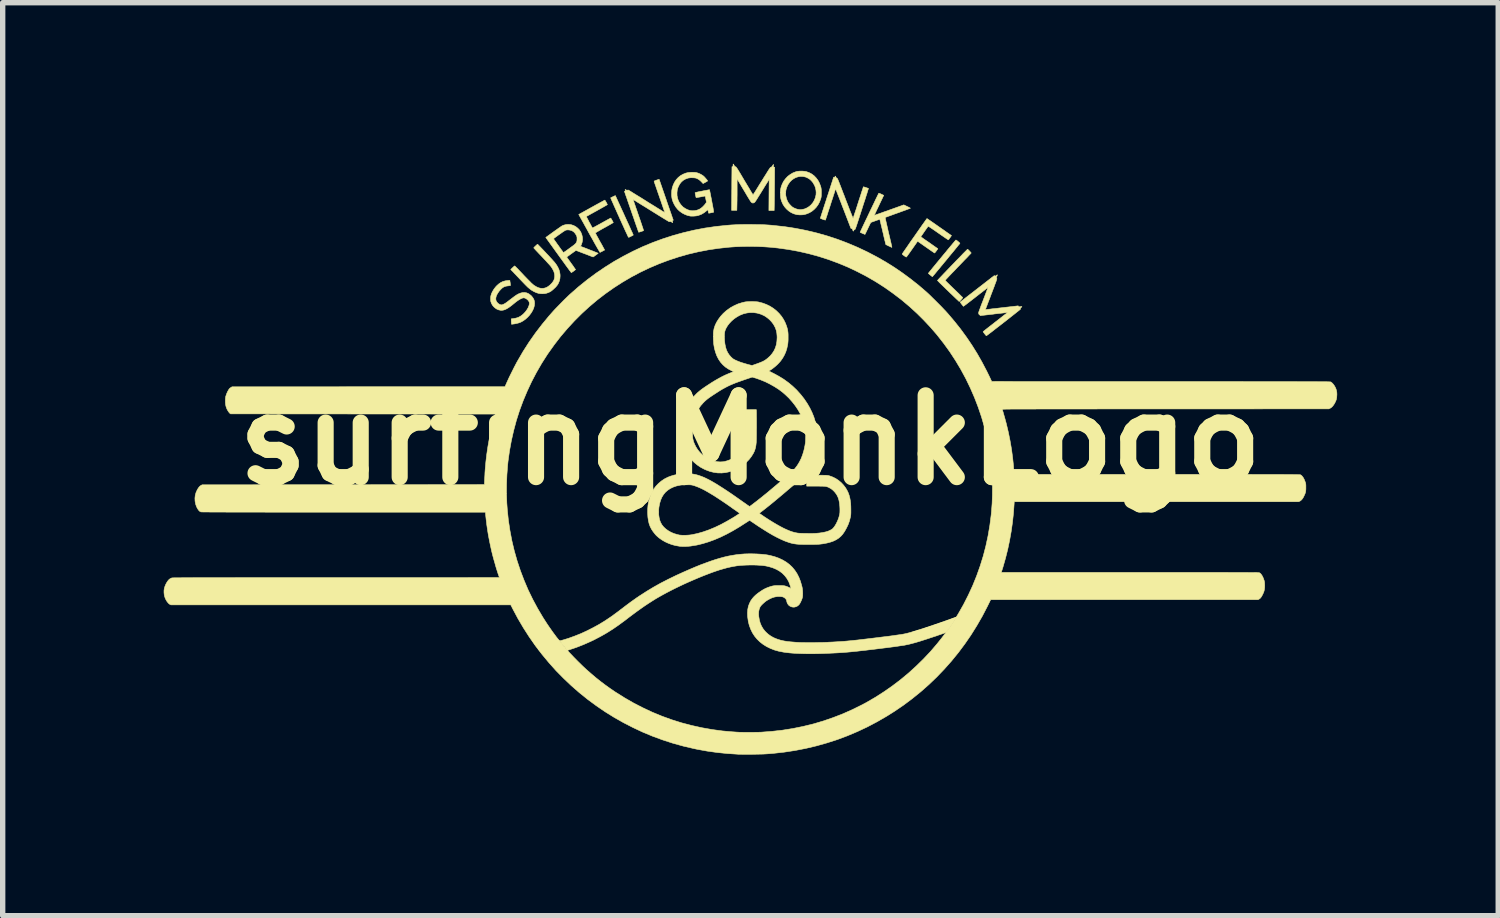
<source format=kicad_pcb>
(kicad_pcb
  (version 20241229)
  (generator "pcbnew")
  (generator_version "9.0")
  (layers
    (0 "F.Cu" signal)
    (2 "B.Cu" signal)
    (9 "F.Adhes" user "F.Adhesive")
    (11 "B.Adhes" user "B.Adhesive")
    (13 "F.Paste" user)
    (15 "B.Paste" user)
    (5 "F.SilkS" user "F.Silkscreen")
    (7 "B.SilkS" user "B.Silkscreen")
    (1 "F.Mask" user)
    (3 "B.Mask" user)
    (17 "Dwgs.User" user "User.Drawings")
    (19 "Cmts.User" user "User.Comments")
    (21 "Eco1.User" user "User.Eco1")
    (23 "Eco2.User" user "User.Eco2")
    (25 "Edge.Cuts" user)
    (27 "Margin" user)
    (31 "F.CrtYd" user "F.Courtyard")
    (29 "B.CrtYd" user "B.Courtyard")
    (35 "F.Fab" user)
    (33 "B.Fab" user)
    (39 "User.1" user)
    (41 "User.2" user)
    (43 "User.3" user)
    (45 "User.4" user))
  (footprint "surfingMonkLogo"
    (layer "F.Cu")
    (at 10.926 5.148)
    (property "Reference" "surfingMonkLogo" (at 0 0 0) (layer "F.SilkS") (effects (font (size 1.524 1.524) (thickness 0.3))))
    (attr through_hole)
    (fp_poly (pts (xy -2.497 -4.518) (xy -2.479 -4.478) (xy -2.459 -4.434) (xy -2.438 -4.389) (xy -2.416 -4.341) (xy -2.394 -4.292) (xy -2.371 -4.243) (xy -2.349 -4.194) (xy -2.327 -4.145) (xy -2.305 -4.097) (xy -2.284 -4.051) (xy -2.264 -4.008) (xy -2.246 -3.968) (xy -2.23 -3.931) (xy -2.215 -3.898) (xy -2.202 -3.871) (xy -2.192 -3.848) (xy -2.185 -3.832) (xy -2.181 -3.822) (xy -2.18 -3.82) (xy -2.184 -3.817) (xy -2.193 -3.811) (xy -2.207 -3.804) (xy -2.224 -3.796) (xy -2.241 -3.787) (xy -2.257 -3.78) (xy -2.265 -3.777) (xy -2.269 -3.779) (xy -2.274 -3.787) (xy -2.275 -3.788) (xy -2.281 -3.8) (xy -2.29 -3.819) (xy -2.301 -3.844) (xy -2.315 -3.873) (xy -2.331 -3.907) (xy -2.348 -3.945) (xy -2.366 -3.985) (xy -2.386 -4.028) (xy -2.406 -4.073) (xy -2.427 -4.118) (xy -2.447 -4.164) (xy -2.468 -4.21) (xy -2.488 -4.255) (xy -2.507 -4.298) (xy -2.526 -4.34) (xy -2.543 -4.378) (xy -2.558 -4.413) (xy -2.572 -4.443) (xy -2.583 -4.469) (xy -2.592 -4.49) (xy -2.598 -4.504) (xy -2.601 -4.512) (xy -2.601 -4.513) (xy -2.596 -4.516) (xy -2.585 -4.522) (xy -2.569 -4.529) (xy -2.556 -4.536) (xy -2.514 -4.555) (xy -2.497 -4.518)) (stroke (width 0.01) (type solid)) (fill yes) (layer "F.SilkS"))
    (fp_poly (pts (xy 3.834 -3.726) (xy 3.843 -3.72) (xy 3.856 -3.711) (xy 3.869 -3.7) (xy 3.883 -3.688) (xy 3.894 -3.678) (xy 3.902 -3.67) (xy 3.904 -3.666) (xy 3.901 -3.662) (xy 3.894 -3.652) (xy 3.881 -3.637) (xy 3.865 -3.617) (xy 3.845 -3.592) (xy 3.822 -3.564) (xy 3.797 -3.533) (xy 3.769 -3.499) (xy 3.739 -3.463) (xy 3.708 -3.426) (xy 3.677 -3.387) (xy 3.645 -3.348) (xy 3.612 -3.309) (xy 3.581 -3.271) (xy 3.55 -3.234) (xy 3.521 -3.198) (xy 3.493 -3.165) (xy 3.468 -3.135) (xy 3.446 -3.108) (xy 3.427 -3.085) (xy 3.411 -3.067) (xy 3.4 -3.054) (xy 3.393 -3.046) (xy 3.391 -3.044) (xy 3.387 -3.047) (xy 3.378 -3.054) (xy 3.365 -3.064) (xy 3.353 -3.074) (xy 3.338 -3.086) (xy 3.326 -3.097) (xy 3.318 -3.104) (xy 3.316 -3.107) (xy 3.318 -3.11) (xy 3.326 -3.12) (xy 3.338 -3.135) (xy 3.354 -3.155) (xy 3.374 -3.179) (xy 3.396 -3.207) (xy 3.422 -3.238) (xy 3.45 -3.272) (xy 3.479 -3.308) (xy 3.51 -3.345) (xy 3.542 -3.384) (xy 3.574 -3.423) (xy 3.606 -3.462) (xy 3.638 -3.5) (xy 3.668 -3.537) (xy 3.698 -3.573) (xy 3.725 -3.606) (xy 3.751 -3.636) (xy 3.773 -3.663) (xy 3.793 -3.686) (xy 3.808 -3.705) (xy 3.82 -3.718) (xy 3.827 -3.726) (xy 3.829 -3.728) (xy 3.834 -3.726)) (stroke (width 0.01) (type solid)) (fill yes) (layer "F.SilkS"))
    (fp_poly (pts (xy 4.051 -3.553) (xy 4.059 -3.546) (xy 4.071 -3.535) (xy 4.083 -3.522) (xy 4.095 -3.509) (xy 4.105 -3.498) (xy 4.112 -3.489) (xy 4.114 -3.485) (xy 4.114 -3.485) (xy 4.111 -3.482) (xy 4.103 -3.472) (xy 4.089 -3.458) (xy 4.071 -3.439) (xy 4.049 -3.415) (xy 4.023 -3.388) (xy 3.993 -3.358) (xy 3.961 -3.324) (xy 3.927 -3.289) (xy 3.891 -3.251) (xy 3.87 -3.23) (xy 3.833 -3.191) (xy 3.798 -3.154) (xy 3.764 -3.12) (xy 3.734 -3.088) (xy 3.706 -3.059) (xy 3.682 -3.033) (xy 3.662 -3.012) (xy 3.646 -2.995) (xy 3.636 -2.983) (xy 3.63 -2.976) (xy 3.629 -2.975) (xy 3.632 -2.971) (xy 3.641 -2.963) (xy 3.655 -2.949) (xy 3.673 -2.931) (xy 3.695 -2.91) (xy 3.72 -2.885) (xy 3.748 -2.858) (xy 3.778 -2.829) (xy 3.793 -2.815) (xy 3.824 -2.785) (xy 3.853 -2.757) (xy 3.88 -2.731) (xy 3.903 -2.708) (xy 3.923 -2.688) (xy 3.939 -2.673) (xy 3.951 -2.661) (xy 3.956 -2.655) (xy 3.957 -2.654) (xy 3.955 -2.65) (xy 3.948 -2.642) (xy 3.938 -2.63) (xy 3.927 -2.617) (xy 3.915 -2.605) (xy 3.904 -2.593) (xy 3.895 -2.586) (xy 3.891 -2.582) (xy 3.891 -2.582) (xy 3.887 -2.585) (xy 3.878 -2.593) (xy 3.864 -2.607) (xy 3.845 -2.624) (xy 3.822 -2.646) (xy 3.796 -2.671) (xy 3.767 -2.699) (xy 3.735 -2.729) (xy 3.701 -2.762) (xy 3.687 -2.776) (xy 3.652 -2.809) (xy 3.62 -2.841) (xy 3.59 -2.87) (xy 3.562 -2.897) (xy 3.538 -2.92) (xy 3.518 -2.94) (xy 3.503 -2.956) (xy 3.492 -2.967) (xy 3.487 -2.973) (xy 3.486 -2.974) (xy 3.489 -2.978) (xy 3.497 -2.987) (xy 3.51 -3.001) (xy 3.528 -3.02) (xy 3.55 -3.043) (xy 3.575 -3.069) (xy 3.602 -3.098) (xy 3.633 -3.13) (xy 3.665 -3.164) (xy 3.699 -3.199) (xy 3.733 -3.235) (xy 3.768 -3.271) (xy 3.804 -3.308) (xy 3.838 -3.344) (xy 3.872 -3.378) (xy 3.904 -3.411) (xy 3.934 -3.442) (xy 3.961 -3.471) (xy 3.986 -3.496) (xy 4.007 -3.517) (xy 4.024 -3.534) (xy 4.037 -3.547) (xy 4.044 -3.554) (xy 4.046 -3.556) (xy 4.051 -3.553)) (stroke (width 0.01) (type solid)) (fill yes) (layer "F.SilkS"))
    (fp_poly (pts (xy 0.979 -5.01) (xy 1.01 -5.007) (xy 1.037 -5.003) (xy 1.047 -5) (xy 1.099 -4.981) (xy 1.147 -4.955) (xy 1.19 -4.922) (xy 1.228 -4.882) (xy 1.261 -4.837) (xy 1.288 -4.786) (xy 1.309 -4.73) (xy 1.313 -4.716) (xy 1.317 -4.701) (xy 1.319 -4.688) (xy 1.321 -4.673) (xy 1.322 -4.656) (xy 1.323 -4.634) (xy 1.323 -4.606) (xy 1.322 -4.578) (xy 1.322 -4.557) (xy 1.321 -4.541) (xy 1.319 -4.527) (xy 1.317 -4.515) (xy 1.313 -4.501) (xy 1.311 -4.494) (xy 1.29 -4.437) (xy 1.262 -4.385) (xy 1.229 -4.339) (xy 1.19 -4.298) (xy 1.146 -4.262) (xy 1.098 -4.234) (xy 1.046 -4.213) (xy 1.016 -4.204) (xy 0.984 -4.198) (xy 0.948 -4.196) (xy 0.911 -4.196) (xy 0.876 -4.199) (xy 0.858 -4.202) (xy 0.806 -4.217) (xy 0.758 -4.24) (xy 0.713 -4.27) (xy 0.673 -4.306) (xy 0.637 -4.347) (xy 0.607 -4.394) (xy 0.584 -4.445) (xy 0.571 -4.485) (xy 0.566 -4.51) (xy 0.562 -4.541) (xy 0.56 -4.574) (xy 0.559 -4.609) (xy 0.559 -4.611) (xy 0.658 -4.611) (xy 0.66 -4.56) (xy 0.671 -4.508) (xy 0.677 -4.489) (xy 0.691 -4.454) (xy 0.707 -4.424) (xy 0.728 -4.397) (xy 0.75 -4.373) (xy 0.768 -4.355) (xy 0.785 -4.341) (xy 0.803 -4.33) (xy 0.817 -4.323) (xy 0.836 -4.315) (xy 0.856 -4.307) (xy 0.872 -4.302) (xy 0.876 -4.301) (xy 0.891 -4.299) (xy 0.903 -4.296) (xy 0.908 -4.295) (xy 0.921 -4.294) (xy 0.94 -4.294) (xy 0.961 -4.296) (xy 0.982 -4.3) (xy 1.001 -4.304) (xy 1.009 -4.306) (xy 1.055 -4.326) (xy 1.097 -4.352) (xy 1.134 -4.385) (xy 1.166 -4.424) (xy 1.191 -4.467) (xy 1.211 -4.515) (xy 1.223 -4.566) (xy 1.224 -4.572) (xy 1.226 -4.614) (xy 1.222 -4.659) (xy 1.212 -4.704) (xy 1.196 -4.746) (xy 1.192 -4.752) (xy 1.166 -4.797) (xy 1.135 -4.834) (xy 1.099 -4.865) (xy 1.059 -4.888) (xy 1.027 -4.901) (xy 0.983 -4.91) (xy 0.939 -4.912) (xy 0.895 -4.906) (xy 0.852 -4.893) (xy 0.811 -4.872) (xy 0.773 -4.845) (xy 0.739 -4.811) (xy 0.732 -4.802) (xy 0.701 -4.757) (xy 0.679 -4.71) (xy 0.664 -4.661) (xy 0.658 -4.611) (xy 0.559 -4.611) (xy 0.56 -4.64) (xy 0.563 -4.667) (xy 0.563 -4.669) (xy 0.576 -4.724) (xy 0.597 -4.777) (xy 0.624 -4.827) (xy 0.658 -4.872) (xy 0.697 -4.913) (xy 0.742 -4.947) (xy 0.79 -4.976) (xy 0.843 -4.997) (xy 0.859 -5.002) (xy 0.883 -5.007) (xy 0.913 -5.01) (xy 0.945 -5.011) (xy 0.979 -5.01)) (stroke (width 0.01) (type solid)) (fill yes) (layer "F.SilkS"))
    (fp_poly (pts (xy -3.959 -3.645) (xy -3.949 -3.636) (xy -3.936 -3.622) (xy -3.918 -3.604) (xy -3.897 -3.582) (xy -3.874 -3.558) (xy -3.849 -3.532) (xy -3.823 -3.504) (xy -3.796 -3.475) (xy -3.769 -3.447) (xy -3.743 -3.419) (xy -3.719 -3.392) (xy -3.696 -3.368) (xy -3.677 -3.346) (xy -3.66 -3.328) (xy -3.648 -3.314) (xy -3.64 -3.305) (xy -3.64 -3.304) (xy -3.607 -3.259) (xy -3.582 -3.215) (xy -3.563 -3.173) (xy -3.551 -3.13) (xy -3.544 -3.086) (xy -3.543 -3.058) (xy -3.546 -3.012) (xy -3.555 -2.97) (xy -3.572 -2.928) (xy -3.578 -2.916) (xy -3.587 -2.899) (xy -3.598 -2.884) (xy -3.611 -2.868) (xy -3.627 -2.849) (xy -3.641 -2.836) (xy -3.674 -2.805) (xy -3.704 -2.78) (xy -3.734 -2.761) (xy -3.765 -2.747) (xy -3.798 -2.736) (xy -3.814 -2.732) (xy -3.842 -2.728) (xy -3.874 -2.727) (xy -3.906 -2.728) (xy -3.935 -2.732) (xy -3.939 -2.732) (xy -3.988 -2.747) (xy -4.037 -2.77) (xy -4.085 -2.799) (xy -4.131 -2.836) (xy -4.148 -2.851) (xy -4.159 -2.862) (xy -4.175 -2.878) (xy -4.195 -2.898) (xy -4.218 -2.922) (xy -4.244 -2.949) (xy -4.27 -2.976) (xy -4.296 -3.003) (xy -4.322 -3.031) (xy -4.348 -3.058) (xy -4.372 -3.084) (xy -4.394 -3.106) (xy -4.412 -3.126) (xy -4.426 -3.141) (xy -4.436 -3.15) (xy -4.436 -3.15) (xy -4.463 -3.179) (xy -4.428 -3.212) (xy -4.414 -3.225) (xy -4.402 -3.236) (xy -4.393 -3.243) (xy -4.39 -3.246) (xy -4.387 -3.243) (xy -4.378 -3.235) (xy -4.365 -3.222) (xy -4.347 -3.204) (xy -4.326 -3.183) (xy -4.303 -3.158) (xy -4.277 -3.131) (xy -4.249 -3.102) (xy -4.211 -3.061) (xy -4.177 -3.026) (xy -4.148 -2.996) (xy -4.123 -2.971) (xy -4.102 -2.95) (xy -4.085 -2.932) (xy -4.069 -2.917) (xy -4.056 -2.906) (xy -4.045 -2.896) (xy -4.034 -2.887) (xy -4.024 -2.88) (xy -4.022 -2.879) (xy -3.979 -2.853) (xy -3.938 -2.836) (xy -3.897 -2.827) (xy -3.858 -2.827) (xy -3.82 -2.835) (xy -3.783 -2.851) (xy -3.747 -2.876) (xy -3.726 -2.894) (xy -3.696 -2.925) (xy -3.673 -2.955) (xy -3.657 -2.985) (xy -3.648 -3.017) (xy -3.644 -3.051) (xy -3.644 -3.059) (xy -3.648 -3.099) (xy -3.66 -3.141) (xy -3.681 -3.183) (xy -3.709 -3.228) (xy -3.725 -3.248) (xy -3.733 -3.257) (xy -3.746 -3.272) (xy -3.764 -3.291) (xy -3.785 -3.314) (xy -3.809 -3.341) (xy -3.836 -3.369) (xy -3.864 -3.399) (xy -3.892 -3.429) (xy -3.92 -3.458) (xy -3.947 -3.486) (xy -3.971 -3.512) (xy -3.992 -3.534) (xy -4.009 -3.553) (xy -4.022 -3.567) (xy -4.031 -3.577) (xy -4.034 -3.581) (xy -4.034 -3.581) (xy -4.031 -3.586) (xy -4.024 -3.594) (xy -4.013 -3.605) (xy -4 -3.617) (xy -3.988 -3.629) (xy -3.976 -3.639) (xy -3.967 -3.646) (xy -3.963 -3.649) (xy -3.963 -3.649) (xy -3.959 -3.645)) (stroke (width 0.01) (type solid)) (fill yes) (layer "F.SilkS"))
    (fp_poly (pts (xy 3.294 -4.125) (xy 3.304 -4.118) (xy 3.32 -4.107) (xy 3.341 -4.093) (xy 3.366 -4.076) (xy 3.395 -4.056) (xy 3.427 -4.034) (xy 3.461 -4.01) (xy 3.498 -3.984) (xy 3.535 -3.958) (xy 3.574 -3.931) (xy 3.612 -3.905) (xy 3.649 -3.878) (xy 3.685 -3.853) (xy 3.705 -3.839) (xy 3.747 -3.81) (xy 3.72 -3.771) (xy 3.708 -3.755) (xy 3.699 -3.742) (xy 3.692 -3.734) (xy 3.688 -3.731) (xy 3.684 -3.733) (xy 3.674 -3.739) (xy 3.658 -3.75) (xy 3.637 -3.764) (xy 3.612 -3.781) (xy 3.583 -3.801) (xy 3.551 -3.823) (xy 3.517 -3.847) (xy 3.501 -3.858) (xy 3.458 -3.888) (xy 3.421 -3.914) (xy 3.391 -3.934) (xy 3.366 -3.951) (xy 3.346 -3.964) (xy 3.332 -3.973) (xy 3.321 -3.979) (xy 3.315 -3.982) (xy 3.312 -3.982) (xy 3.308 -3.977) (xy 3.3 -3.966) (xy 3.289 -3.951) (xy 3.276 -3.933) (xy 3.261 -3.912) (xy 3.246 -3.89) (xy 3.23 -3.867) (xy 3.215 -3.845) (xy 3.202 -3.826) (xy 3.19 -3.809) (xy 3.182 -3.796) (xy 3.177 -3.789) (xy 3.176 -3.787) (xy 3.179 -3.784) (xy 3.189 -3.777) (xy 3.205 -3.767) (xy 3.225 -3.752) (xy 3.249 -3.735) (xy 3.277 -3.716) (xy 3.308 -3.695) (xy 3.334 -3.677) (xy 3.366 -3.654) (xy 3.396 -3.633) (xy 3.423 -3.614) (xy 3.447 -3.597) (xy 3.466 -3.584) (xy 3.481 -3.574) (xy 3.49 -3.568) (xy 3.492 -3.566) (xy 3.491 -3.562) (xy 3.485 -3.553) (xy 3.477 -3.541) (xy 3.467 -3.527) (xy 3.456 -3.513) (xy 3.446 -3.5) (xy 3.438 -3.491) (xy 3.433 -3.486) (xy 3.432 -3.485) (xy 3.427 -3.488) (xy 3.417 -3.495) (xy 3.401 -3.506) (xy 3.38 -3.52) (xy 3.356 -3.537) (xy 3.328 -3.556) (xy 3.299 -3.577) (xy 3.291 -3.582) (xy 3.26 -3.604) (xy 3.231 -3.624) (xy 3.204 -3.643) (xy 3.18 -3.66) (xy 3.16 -3.674) (xy 3.146 -3.684) (xy 3.137 -3.69) (xy 3.136 -3.691) (xy 3.116 -3.704) (xy 3.013 -3.557) (xy 2.991 -3.526) (xy 2.971 -3.497) (xy 2.952 -3.471) (xy 2.936 -3.449) (xy 2.923 -3.431) (xy 2.913 -3.418) (xy 2.907 -3.411) (xy 2.906 -3.41) (xy 2.901 -3.411) (xy 2.891 -3.417) (xy 2.877 -3.426) (xy 2.865 -3.435) (xy 2.846 -3.448) (xy 2.835 -3.458) (xy 2.83 -3.465) (xy 2.83 -3.468) (xy 2.832 -3.472) (xy 2.839 -3.483) (xy 2.85 -3.499) (xy 2.865 -3.521) (xy 2.883 -3.547) (xy 2.904 -3.577) (xy 2.927 -3.61) (xy 2.952 -3.647) (xy 2.978 -3.685) (xy 3.006 -3.725) (xy 3.035 -3.766) (xy 3.064 -3.807) (xy 3.093 -3.849) (xy 3.121 -3.889) (xy 3.149 -3.929) (xy 3.175 -3.966) (xy 3.199 -4.001) (xy 3.222 -4.033) (xy 3.242 -4.061) (xy 3.259 -4.085) (xy 3.273 -4.104) (xy 3.283 -4.118) (xy 3.289 -4.126) (xy 3.29 -4.127) (xy 3.294 -4.125)) (stroke (width 0.01) (type solid)) (fill yes) (layer "F.SilkS"))
    (fp_poly (pts (xy -2.707 -4.467) (xy -2.701 -4.458) (xy -2.693 -4.445) (xy -2.684 -4.43) (xy -2.676 -4.415) (xy -2.669 -4.401) (xy -2.664 -4.391) (xy -2.663 -4.387) (xy -2.666 -4.384) (xy -2.677 -4.377) (xy -2.693 -4.368) (xy -2.715 -4.355) (xy -2.741 -4.34) (xy -2.772 -4.323) (xy -2.805 -4.304) (xy -2.842 -4.284) (xy -2.856 -4.275) (xy -2.894 -4.255) (xy -2.929 -4.235) (xy -2.961 -4.218) (xy -2.989 -4.202) (xy -3.013 -4.188) (xy -3.033 -4.178) (xy -3.046 -4.17) (xy -3.053 -4.166) (xy -3.054 -4.165) (xy -3.052 -4.161) (xy -3.048 -4.151) (xy -3.04 -4.136) (xy -3.03 -4.116) (xy -3.018 -4.094) (xy -3.006 -4.069) (xy -2.992 -4.045) (xy -2.979 -4.021) (xy -2.967 -3.998) (xy -2.956 -3.978) (xy -2.947 -3.962) (xy -2.941 -3.952) (xy -2.94 -3.951) (xy -2.936 -3.953) (xy -2.926 -3.958) (xy -2.91 -3.967) (xy -2.888 -3.979) (xy -2.862 -3.993) (xy -2.833 -4.009) (xy -2.8 -4.027) (xy -2.771 -4.043) (xy -2.737 -4.062) (xy -2.704 -4.08) (xy -2.675 -4.096) (xy -2.65 -4.11) (xy -2.629 -4.121) (xy -2.613 -4.13) (xy -2.603 -4.135) (xy -2.6 -4.136) (xy -2.597 -4.132) (xy -2.591 -4.123) (xy -2.583 -4.11) (xy -2.575 -4.095) (xy -2.566 -4.08) (xy -2.559 -4.066) (xy -2.554 -4.056) (xy -2.553 -4.052) (xy -2.556 -4.049) (xy -2.567 -4.043) (xy -2.583 -4.033) (xy -2.604 -4.021) (xy -2.63 -4.006) (xy -2.66 -3.989) (xy -2.692 -3.971) (xy -2.72 -3.956) (xy -2.763 -3.932) (xy -2.798 -3.912) (xy -2.827 -3.895) (xy -2.85 -3.882) (xy -2.866 -3.872) (xy -2.878 -3.864) (xy -2.884 -3.859) (xy -2.886 -3.856) (xy -2.883 -3.851) (xy -2.877 -3.84) (xy -2.868 -3.822) (xy -2.856 -3.8) (xy -2.841 -3.774) (xy -2.825 -3.744) (xy -2.807 -3.711) (xy -2.799 -3.696) (xy -2.78 -3.663) (xy -2.763 -3.633) (xy -2.748 -3.605) (xy -2.736 -3.582) (xy -2.725 -3.563) (xy -2.718 -3.549) (xy -2.715 -3.542) (xy -2.714 -3.541) (xy -2.721 -3.537) (xy -2.733 -3.531) (xy -2.748 -3.523) (xy -2.764 -3.514) (xy -2.779 -3.507) (xy -2.791 -3.501) (xy -2.798 -3.497) (xy -2.8 -3.497) (xy -2.803 -3.5) (xy -2.809 -3.511) (xy -2.819 -3.528) (xy -2.832 -3.55) (xy -2.848 -3.578) (xy -2.867 -3.611) (xy -2.888 -3.648) (xy -2.911 -3.689) (xy -2.935 -3.733) (xy -2.961 -3.779) (xy -2.985 -3.821) (xy -3.012 -3.87) (xy -3.038 -3.918) (xy -3.063 -3.963) (xy -3.087 -4.006) (xy -3.108 -4.045) (xy -3.128 -4.08) (xy -3.145 -4.111) (xy -3.159 -4.136) (xy -3.17 -4.156) (xy -3.177 -4.169) (xy -3.18 -4.174) (xy -3.196 -4.203) (xy -2.955 -4.337) (xy -2.913 -4.36) (xy -2.874 -4.382) (xy -2.837 -4.402) (xy -2.804 -4.42) (xy -2.775 -4.436) (xy -2.75 -4.449) (xy -2.731 -4.46) (xy -2.718 -4.467) (xy -2.711 -4.47) (xy -2.71 -4.47) (xy -2.707 -4.467)) (stroke (width 0.01) (type solid)) (fill yes) (layer "F.SilkS"))
    (fp_poly (pts (xy -4.48 -2.974) (xy -4.479 -2.973) (xy -4.478 -2.968) (xy -4.477 -2.956) (xy -4.474 -2.939) (xy -4.472 -2.926) (xy -4.47 -2.907) (xy -4.468 -2.892) (xy -4.468 -2.883) (xy -4.468 -2.88) (xy -4.472 -2.879) (xy -4.484 -2.877) (xy -4.499 -2.875) (xy -4.507 -2.874) (xy -4.543 -2.869) (xy -4.573 -2.861) (xy -4.599 -2.849) (xy -4.623 -2.832) (xy -4.647 -2.809) (xy -4.649 -2.808) (xy -4.68 -2.772) (xy -4.705 -2.736) (xy -4.724 -2.702) (xy -4.736 -2.669) (xy -4.741 -2.639) (xy -4.739 -2.611) (xy -4.734 -2.594) (xy -4.721 -2.572) (xy -4.703 -2.551) (xy -4.682 -2.535) (xy -4.66 -2.524) (xy -4.639 -2.519) (xy -4.637 -2.519) (xy -4.618 -2.522) (xy -4.594 -2.532) (xy -4.565 -2.548) (xy -4.532 -2.571) (xy -4.515 -2.584) (xy -4.478 -2.613) (xy -4.447 -2.636) (xy -4.421 -2.656) (xy -4.4 -2.672) (xy -4.382 -2.685) (xy -4.367 -2.695) (xy -4.354 -2.704) (xy -4.342 -2.711) (xy -4.331 -2.717) (xy -4.322 -2.722) (xy -4.28 -2.739) (xy -4.24 -2.749) (xy -4.202 -2.75) (xy -4.166 -2.743) (xy -4.131 -2.728) (xy -4.098 -2.704) (xy -4.078 -2.687) (xy -4.052 -2.655) (xy -4.033 -2.623) (xy -4.022 -2.589) (xy -4.018 -2.551) (xy -4.022 -2.51) (xy -4.024 -2.499) (xy -4.036 -2.456) (xy -4.056 -2.412) (xy -4.082 -2.369) (xy -4.113 -2.327) (xy -4.149 -2.288) (xy -4.188 -2.253) (xy -4.229 -2.223) (xy -4.272 -2.199) (xy -4.286 -2.193) (xy -4.317 -2.182) (xy -4.353 -2.173) (xy -4.392 -2.165) (xy -4.422 -2.161) (xy -4.448 -2.158) (xy -4.451 -2.187) (xy -4.452 -2.206) (xy -4.453 -2.225) (xy -4.453 -2.238) (xy -4.453 -2.259) (xy -4.412 -2.264) (xy -4.364 -2.273) (xy -4.32 -2.287) (xy -4.281 -2.308) (xy -4.243 -2.336) (xy -4.226 -2.351) (xy -4.191 -2.388) (xy -4.162 -2.427) (xy -4.139 -2.466) (xy -4.124 -2.504) (xy -4.121 -2.512) (xy -4.117 -2.531) (xy -4.115 -2.544) (xy -4.116 -2.556) (xy -4.119 -2.57) (xy -4.119 -2.571) (xy -4.128 -2.589) (xy -4.143 -2.608) (xy -4.161 -2.624) (xy -4.182 -2.638) (xy -4.203 -2.647) (xy -4.22 -2.65) (xy -4.241 -2.647) (xy -4.266 -2.637) (xy -4.296 -2.622) (xy -4.329 -2.601) (xy -4.365 -2.575) (xy -4.398 -2.548) (xy -4.441 -2.513) (xy -4.479 -2.484) (xy -4.513 -2.461) (xy -4.544 -2.443) (xy -4.573 -2.43) (xy -4.599 -2.422) (xy -4.625 -2.418) (xy -4.651 -2.418) (xy -4.654 -2.419) (xy -4.688 -2.426) (xy -4.722 -2.44) (xy -4.753 -2.461) (xy -4.781 -2.486) (xy -4.805 -2.516) (xy -4.823 -2.55) (xy -4.834 -2.582) (xy -4.837 -2.606) (xy -4.838 -2.633) (xy -4.837 -2.662) (xy -4.833 -2.688) (xy -4.832 -2.692) (xy -4.82 -2.731) (xy -4.8 -2.772) (xy -4.775 -2.813) (xy -4.745 -2.852) (xy -4.723 -2.876) (xy -4.685 -2.91) (xy -4.647 -2.936) (xy -4.607 -2.955) (xy -4.563 -2.967) (xy -4.516 -2.974) (xy -4.499 -2.975) (xy -4.486 -2.975) (xy -4.48 -2.974)) (stroke (width 0.01) (type solid)) (fill yes) (layer "F.SilkS"))
    (fp_poly (pts (xy -0.315 -5.14) (xy -0.309 -5.131) (xy -0.302 -5.118) (xy -0.302 -5.118) (xy -0.293 -5.104) (xy -0.287 -5.097) (xy -0.28 -5.093) (xy -0.275 -5.092) (xy -0.272 -5.091) (xy -0.269 -5.09) (xy -0.266 -5.087) (xy -0.262 -5.083) (xy -0.257 -5.076) (xy -0.25 -5.066) (xy -0.241 -5.053) (xy -0.23 -5.036) (xy -0.217 -5.014) (xy -0.201 -4.988) (xy -0.182 -4.956) (xy -0.16 -4.919) (xy -0.134 -4.875) (xy -0.107 -4.829) (xy -0.081 -4.786) (xy -0.057 -4.746) (xy -0.034 -4.708) (xy -0.013 -4.673) (xy 0.005 -4.642) (xy 0.021 -4.616) (xy 0.034 -4.595) (xy 0.043 -4.58) (xy 0.049 -4.57) (xy 0.051 -4.568) (xy 0.053 -4.571) (xy 0.06 -4.582) (xy 0.07 -4.598) (xy 0.084 -4.619) (xy 0.101 -4.646) (xy 0.12 -4.677) (xy 0.142 -4.712) (xy 0.165 -4.75) (xy 0.19 -4.79) (xy 0.212 -4.825) (xy 0.242 -4.874) (xy 0.269 -4.917) (xy 0.292 -4.953) (xy 0.311 -4.984) (xy 0.327 -5.01) (xy 0.34 -5.03) (xy 0.351 -5.047) (xy 0.36 -5.059) (xy 0.366 -5.069) (xy 0.372 -5.075) (xy 0.376 -5.08) (xy 0.379 -5.082) (xy 0.382 -5.083) (xy 0.383 -5.083) (xy 0.391 -5.085) (xy 0.398 -5.091) (xy 0.407 -5.102) (xy 0.413 -5.111) (xy 0.43 -5.137) (xy 0.431 -5.111) (xy 0.432 -5.096) (xy 0.433 -5.088) (xy 0.437 -5.085) (xy 0.442 -5.084) (xy 0.443 -5.084) (xy 0.453 -5.084) (xy 0.451 -4.774) (xy 0.45 -4.721) (xy 0.45 -4.667) (xy 0.449 -4.615) (xy 0.449 -4.565) (xy 0.448 -4.518) (xy 0.448 -4.476) (xy 0.447 -4.438) (xy 0.447 -4.406) (xy 0.446 -4.381) (xy 0.446 -4.37) (xy 0.444 -4.276) (xy 0.346 -4.276) (xy 0.348 -4.567) (xy 0.351 -4.858) (xy 0.337 -4.836) (xy 0.333 -4.829) (xy 0.324 -4.814) (xy 0.312 -4.795) (xy 0.296 -4.77) (xy 0.278 -4.741) (xy 0.258 -4.709) (xy 0.237 -4.674) (xy 0.214 -4.637) (xy 0.203 -4.619) (xy 0.177 -4.577) (xy 0.154 -4.541) (xy 0.136 -4.511) (xy 0.12 -4.486) (xy 0.108 -4.467) (xy 0.098 -4.452) (xy 0.09 -4.441) (xy 0.084 -4.433) (xy 0.079 -4.428) (xy 0.076 -4.425) (xy 0.073 -4.424) (xy 0.071 -4.424) (xy 0.061 -4.421) (xy 0.055 -4.417) (xy 0.05 -4.413) (xy 0.046 -4.415) (xy 0.044 -4.417) (xy 0.037 -4.422) (xy 0.028 -4.425) (xy 0.025 -4.425) (xy 0.022 -4.427) (xy 0.018 -4.431) (xy 0.013 -4.437) (xy 0.006 -4.446) (xy -0.002 -4.459) (xy -0.012 -4.475) (xy -0.025 -4.496) (xy -0.041 -4.522) (xy -0.06 -4.553) (xy -0.082 -4.591) (xy -0.108 -4.635) (xy -0.115 -4.646) (xy -0.246 -4.866) (xy -0.246 -4.707) (xy -0.246 -4.663) (xy -0.246 -4.615) (xy -0.246 -4.566) (xy -0.247 -4.516) (xy -0.247 -4.47) (xy -0.248 -4.429) (xy -0.248 -4.414) (xy -0.251 -4.28) (xy -0.349 -4.28) (xy -0.348 -4.374) (xy -0.348 -4.394) (xy -0.348 -4.422) (xy -0.347 -4.456) (xy -0.347 -4.496) (xy -0.347 -4.541) (xy -0.346 -4.589) (xy -0.346 -4.64) (xy -0.345 -4.693) (xy -0.345 -4.746) (xy -0.345 -4.78) (xy -0.342 -5.093) (xy -0.332 -5.093) (xy -0.326 -5.093) (xy -0.323 -5.096) (xy -0.322 -5.104) (xy -0.322 -5.118) (xy -0.321 -5.131) (xy -0.32 -5.141) (xy -0.319 -5.143) (xy -0.315 -5.14)) (stroke (width 0.01) (type solid)) (fill yes) (layer "F.SilkS"))
    (fp_poly (pts (xy 2.397 -4.598) (xy 2.408 -4.595) (xy 2.423 -4.589) (xy 2.44 -4.581) (xy 2.485 -4.56) (xy 2.47 -4.529) (xy 2.465 -4.518) (xy 2.457 -4.501) (xy 2.446 -4.478) (xy 2.433 -4.451) (xy 2.418 -4.42) (xy 2.402 -4.386) (xy 2.386 -4.351) (xy 2.382 -4.343) (xy 2.366 -4.31) (xy 2.351 -4.279) (xy 2.338 -4.251) (xy 2.327 -4.227) (xy 2.318 -4.208) (xy 2.312 -4.195) (xy 2.309 -4.188) (xy 2.309 -4.188) (xy 2.313 -4.189) (xy 2.325 -4.192) (xy 2.343 -4.199) (xy 2.367 -4.207) (xy 2.397 -4.217) (xy 2.431 -4.229) (xy 2.469 -4.243) (xy 2.511 -4.258) (xy 2.556 -4.273) (xy 2.585 -4.284) (xy 2.859 -4.382) (xy 2.921 -4.352) (xy 2.942 -4.342) (xy 2.959 -4.333) (xy 2.973 -4.326) (xy 2.981 -4.321) (xy 2.982 -4.32) (xy 2.979 -4.318) (xy 2.967 -4.313) (xy 2.95 -4.307) (xy 2.926 -4.298) (xy 2.897 -4.287) (xy 2.864 -4.275) (xy 2.827 -4.262) (xy 2.787 -4.247) (xy 2.748 -4.233) (xy 2.706 -4.218) (xy 2.666 -4.204) (xy 2.629 -4.19) (xy 2.596 -4.178) (xy 2.567 -4.168) (xy 2.544 -4.159) (xy 2.526 -4.153) (xy 2.515 -4.149) (xy 2.512 -4.147) (xy 2.512 -4.143) (xy 2.515 -4.131) (xy 2.519 -4.112) (xy 2.524 -4.087) (xy 2.531 -4.056) (xy 2.539 -4.021) (xy 2.548 -3.982) (xy 2.558 -3.939) (xy 2.568 -3.893) (xy 2.573 -3.872) (xy 2.584 -3.825) (xy 2.595 -3.781) (xy 2.604 -3.74) (xy 2.613 -3.702) (xy 2.621 -3.669) (xy 2.627 -3.641) (xy 2.632 -3.619) (xy 2.635 -3.604) (xy 2.637 -3.596) (xy 2.637 -3.594) (xy 2.637 -3.592) (xy 2.635 -3.591) (xy 2.631 -3.592) (xy 2.624 -3.595) (xy 2.612 -3.6) (xy 2.594 -3.609) (xy 2.578 -3.616) (xy 2.559 -3.625) (xy 2.543 -3.633) (xy 2.531 -3.639) (xy 2.525 -3.642) (xy 2.524 -3.643) (xy 2.523 -3.647) (xy 2.52 -3.658) (xy 2.515 -3.677) (xy 2.51 -3.702) (xy 2.502 -3.731) (xy 2.494 -3.766) (xy 2.485 -3.804) (xy 2.476 -3.845) (xy 2.468 -3.878) (xy 2.458 -3.921) (xy 2.448 -3.962) (xy 2.439 -3.999) (xy 2.431 -4.032) (xy 2.425 -4.061) (xy 2.419 -4.084) (xy 2.415 -4.101) (xy 2.413 -4.111) (xy 2.412 -4.113) (xy 2.408 -4.112) (xy 2.397 -4.109) (xy 2.381 -4.103) (xy 2.362 -4.097) (xy 2.34 -4.089) (xy 2.318 -4.081) (xy 2.296 -4.073) (xy 2.276 -4.066) (xy 2.26 -4.06) (xy 2.249 -4.055) (xy 2.244 -4.053) (xy 2.244 -4.053) (xy 2.241 -4.048) (xy 2.235 -4.037) (xy 2.227 -4.02) (xy 2.216 -3.998) (xy 2.204 -3.973) (xy 2.191 -3.946) (xy 2.189 -3.941) (xy 2.176 -3.914) (xy 2.163 -3.888) (xy 2.153 -3.866) (xy 2.144 -3.849) (xy 2.139 -3.837) (xy 2.136 -3.832) (xy 2.136 -3.832) (xy 2.132 -3.833) (xy 2.122 -3.837) (xy 2.108 -3.843) (xy 2.092 -3.849) (xy 2.076 -3.857) (xy 2.061 -3.863) (xy 2.051 -3.869) (xy 2.045 -3.872) (xy 2.047 -3.876) (xy 2.052 -3.886) (xy 2.06 -3.904) (xy 2.071 -3.927) (xy 2.084 -3.955) (xy 2.099 -3.987) (xy 2.116 -4.023) (xy 2.135 -4.063) (xy 2.155 -4.105) (xy 2.176 -4.148) (xy 2.197 -4.193) (xy 2.219 -4.239) (xy 2.24 -4.284) (xy 2.262 -4.329) (xy 2.283 -4.373) (xy 2.303 -4.414) (xy 2.321 -4.453) (xy 2.338 -4.489) (xy 2.354 -4.521) (xy 2.367 -4.548) (xy 2.378 -4.57) (xy 2.386 -4.586) (xy 2.391 -4.596) (xy 2.392 -4.599) (xy 2.397 -4.598)) (stroke (width 0.01) (type solid)) (fill yes) (layer "F.SilkS"))
    (fp_poly (pts (xy 1.588 -4.911) (xy 1.592 -4.902) (xy 1.598 -4.89) (xy 1.606 -4.883) (xy 1.611 -4.881) (xy 1.613 -4.88) (xy 1.615 -4.879) (xy 1.618 -4.877) (xy 1.62 -4.873) (xy 1.624 -4.867) (xy 1.628 -4.86) (xy 1.633 -4.849) (xy 1.639 -4.835) (xy 1.646 -4.817) (xy 1.655 -4.795) (xy 1.665 -4.768) (xy 1.678 -4.737) (xy 1.692 -4.699) (xy 1.709 -4.655) (xy 1.728 -4.605) (xy 1.751 -4.547) (xy 1.768 -4.502) (xy 1.788 -4.449) (xy 1.808 -4.398) (xy 1.827 -4.349) (xy 1.844 -4.304) (xy 1.86 -4.263) (xy 1.875 -4.227) (xy 1.887 -4.195) (xy 1.898 -4.17) (xy 1.906 -4.15) (xy 1.911 -4.137) (xy 1.914 -4.131) (xy 1.914 -4.131) (xy 1.916 -4.135) (xy 1.92 -4.147) (xy 1.926 -4.166) (xy 1.934 -4.191) (xy 1.944 -4.221) (xy 1.956 -4.256) (xy 1.969 -4.295) (xy 1.983 -4.338) (xy 1.997 -4.384) (xy 2.011 -4.426) (xy 2.026 -4.474) (xy 2.041 -4.519) (xy 2.055 -4.561) (xy 2.067 -4.6) (xy 2.078 -4.634) (xy 2.088 -4.664) (xy 2.096 -4.687) (xy 2.101 -4.705) (xy 2.105 -4.716) (xy 2.106 -4.719) (xy 2.11 -4.718) (xy 2.12 -4.715) (xy 2.134 -4.711) (xy 2.151 -4.705) (xy 2.167 -4.7) (xy 2.182 -4.695) (xy 2.194 -4.691) (xy 2.2 -4.688) (xy 2.201 -4.688) (xy 2.2 -4.684) (xy 2.196 -4.672) (xy 2.19 -4.654) (xy 2.182 -4.629) (xy 2.173 -4.598) (xy 2.161 -4.562) (xy 2.148 -4.521) (xy 2.134 -4.476) (xy 2.118 -4.428) (xy 2.101 -4.376) (xy 2.084 -4.322) (xy 2.078 -4.303) (xy 2.057 -4.239) (xy 2.039 -4.183) (xy 2.023 -4.133) (xy 2.009 -4.09) (xy 1.997 -4.054) (xy 1.987 -4.023) (xy 1.978 -3.997) (xy 1.971 -3.976) (xy 1.965 -3.959) (xy 1.96 -3.946) (xy 1.956 -3.936) (xy 1.953 -3.929) (xy 1.95 -3.925) (xy 1.948 -3.922) (xy 1.946 -3.921) (xy 1.944 -3.921) (xy 1.944 -3.921) (xy 1.936 -3.92) (xy 1.931 -3.914) (xy 1.929 -3.909) (xy 1.924 -3.897) (xy 1.92 -3.893) (xy 1.915 -3.897) (xy 1.909 -3.909) (xy 1.904 -3.921) (xy 1.901 -3.93) (xy 1.901 -3.933) (xy 1.897 -3.936) (xy 1.888 -3.939) (xy 1.887 -3.94) (xy 1.874 -3.944) (xy 1.732 -4.313) (xy 1.711 -4.366) (xy 1.692 -4.417) (xy 1.673 -4.465) (xy 1.656 -4.51) (xy 1.64 -4.55) (xy 1.626 -4.586) (xy 1.614 -4.617) (xy 1.604 -4.643) (xy 1.596 -4.662) (xy 1.591 -4.675) (xy 1.589 -4.68) (xy 1.589 -4.681) (xy 1.587 -4.676) (xy 1.584 -4.665) (xy 1.577 -4.647) (xy 1.569 -4.622) (xy 1.56 -4.592) (xy 1.548 -4.557) (xy 1.536 -4.518) (xy 1.522 -4.476) (xy 1.507 -4.43) (xy 1.494 -4.39) (xy 1.479 -4.342) (xy 1.464 -4.297) (xy 1.45 -4.255) (xy 1.438 -4.216) (xy 1.427 -4.182) (xy 1.417 -4.153) (xy 1.409 -4.129) (xy 1.404 -4.112) (xy 1.4 -4.102) (xy 1.399 -4.098) (xy 1.395 -4.099) (xy 1.384 -4.102) (xy 1.368 -4.107) (xy 1.35 -4.113) (xy 1.328 -4.121) (xy 1.313 -4.127) (xy 1.305 -4.132) (xy 1.305 -4.134) (xy 1.306 -4.139) (xy 1.31 -4.151) (xy 1.316 -4.17) (xy 1.324 -4.195) (xy 1.334 -4.227) (xy 1.346 -4.263) (xy 1.359 -4.304) (xy 1.374 -4.35) (xy 1.39 -4.399) (xy 1.407 -4.45) (xy 1.424 -4.504) (xy 1.429 -4.519) (xy 1.552 -4.898) (xy 1.563 -4.896) (xy 1.571 -4.896) (xy 1.575 -4.901) (xy 1.577 -4.907) (xy 1.58 -4.916) (xy 1.584 -4.918) (xy 1.588 -4.911)) (stroke (width 0.01) (type solid)) (fill yes) (layer "F.SilkS"))
    (fp_poly (pts (xy -1.568 -4.481) (xy -1.55 -4.427) (xy -1.532 -4.375) (xy -1.515 -4.326) (xy -1.499 -4.28) (xy -1.484 -4.238) (xy -1.471 -4.2) (xy -1.46 -4.168) (xy -1.451 -4.141) (xy -1.443 -4.12) (xy -1.438 -4.106) (xy -1.436 -4.099) (xy -1.436 -4.099) (xy -1.438 -4.093) (xy -1.443 -4.091) (xy -1.449 -4.088) (xy -1.452 -4.084) (xy -1.45 -4.076) (xy -1.447 -4.069) (xy -1.445 -4.059) (xy -1.445 -4.053) (xy -1.445 -4.053) (xy -1.45 -4.053) (xy -1.459 -4.058) (xy -1.468 -4.063) (xy -1.481 -4.07) (xy -1.49 -4.073) (xy -1.496 -4.072) (xy -1.506 -4.069) (xy -1.513 -4.069) (xy -1.518 -4.072) (xy -1.529 -4.078) (xy -1.547 -4.089) (xy -1.57 -4.103) (xy -1.598 -4.12) (xy -1.631 -4.14) (xy -1.668 -4.163) (xy -1.709 -4.188) (xy -1.752 -4.215) (xy -1.799 -4.244) (xy -1.847 -4.274) (xy -1.852 -4.277) (xy -1.9 -4.307) (xy -1.946 -4.336) (xy -1.989 -4.362) (xy -2.03 -4.387) (xy -2.066 -4.41) (xy -2.099 -4.43) (xy -2.127 -4.448) (xy -2.15 -4.462) (xy -2.167 -4.472) (xy -2.178 -4.479) (xy -2.183 -4.482) (xy -2.183 -4.482) (xy -2.182 -4.477) (xy -2.178 -4.466) (xy -2.172 -4.448) (xy -2.164 -4.423) (xy -2.154 -4.394) (xy -2.142 -4.359) (xy -2.129 -4.32) (xy -2.114 -4.278) (xy -2.099 -4.233) (xy -2.085 -4.193) (xy -2.069 -4.146) (xy -2.053 -4.101) (xy -2.039 -4.059) (xy -2.026 -4.021) (xy -2.015 -3.987) (xy -2.005 -3.958) (xy -1.997 -3.934) (xy -1.992 -3.917) (xy -1.989 -3.906) (xy -1.988 -3.903) (xy -1.994 -3.9) (xy -2.006 -3.895) (xy -2.021 -3.89) (xy -2.037 -3.884) (xy -2.054 -3.879) (xy -2.067 -3.875) (xy -2.077 -3.873) (xy -2.08 -3.873) (xy -2.082 -3.877) (xy -2.086 -3.889) (xy -2.093 -3.908) (xy -2.101 -3.933) (xy -2.112 -3.963) (xy -2.125 -3.999) (xy -2.139 -4.04) (xy -2.155 -4.085) (xy -2.171 -4.133) (xy -2.189 -4.184) (xy -2.208 -4.238) (xy -2.211 -4.248) (xy -2.23 -4.302) (xy -2.248 -4.354) (xy -2.265 -4.403) (xy -2.281 -4.449) (xy -2.295 -4.491) (xy -2.308 -4.528) (xy -2.32 -4.561) (xy -2.329 -4.587) (xy -2.336 -4.608) (xy -2.341 -4.622) (xy -2.343 -4.628) (xy -2.343 -4.628) (xy -2.344 -4.635) (xy -2.337 -4.638) (xy -2.331 -4.641) (xy -2.329 -4.647) (xy -2.33 -4.655) (xy -2.332 -4.665) (xy -2.331 -4.669) (xy -2.331 -4.669) (xy -2.326 -4.667) (xy -2.317 -4.663) (xy -2.314 -4.66) (xy -2.302 -4.655) (xy -2.294 -4.654) (xy -2.288 -4.656) (xy -2.276 -4.659) (xy -2.268 -4.656) (xy -2.263 -4.653) (xy -2.252 -4.646) (xy -2.234 -4.635) (xy -2.211 -4.621) (xy -2.183 -4.603) (xy -2.15 -4.583) (xy -2.113 -4.56) (xy -2.072 -4.535) (xy -2.028 -4.508) (xy -1.982 -4.479) (xy -1.934 -4.449) (xy -1.927 -4.444) (xy -1.879 -4.414) (xy -1.833 -4.386) (xy -1.789 -4.359) (xy -1.749 -4.334) (xy -1.712 -4.311) (xy -1.679 -4.291) (xy -1.651 -4.273) (xy -1.627 -4.259) (xy -1.61 -4.248) (xy -1.598 -4.242) (xy -1.593 -4.239) (xy -1.593 -4.239) (xy -1.594 -4.243) (xy -1.598 -4.254) (xy -1.604 -4.273) (xy -1.612 -4.297) (xy -1.623 -4.327) (xy -1.634 -4.361) (xy -1.648 -4.4) (xy -1.662 -4.442) (xy -1.678 -4.488) (xy -1.692 -4.528) (xy -1.708 -4.575) (xy -1.724 -4.62) (xy -1.738 -4.662) (xy -1.752 -4.701) (xy -1.763 -4.735) (xy -1.774 -4.765) (xy -1.782 -4.789) (xy -1.788 -4.807) (xy -1.791 -4.818) (xy -1.792 -4.821) (xy -1.788 -4.826) (xy -1.777 -4.832) (xy -1.757 -4.839) (xy -1.746 -4.843) (xy -1.699 -4.859) (xy -1.568 -4.481)) (stroke (width 0.01) (type solid)) (fill yes) (layer "F.SilkS"))
    (fp_poly (pts (xy -1.058 -4.988) (xy -1.03 -4.987) (xy -1.006 -4.984) (xy -0.995 -4.981) (xy -0.957 -4.968) (xy -0.92 -4.95) (xy -0.886 -4.929) (xy -0.878 -4.923) (xy -0.866 -4.913) (xy -0.852 -4.899) (xy -0.838 -4.883) (xy -0.824 -4.867) (xy -0.811 -4.852) (xy -0.802 -4.84) (xy -0.797 -4.831) (xy -0.796 -4.828) (xy -0.799 -4.825) (xy -0.809 -4.818) (xy -0.823 -4.81) (xy -0.838 -4.802) (xy -0.88 -4.779) (xy -0.91 -4.811) (xy -0.936 -4.836) (xy -0.96 -4.854) (xy -0.984 -4.868) (xy -1.006 -4.878) (xy -1.026 -4.883) (xy -1.052 -4.886) (xy -1.082 -4.887) (xy -1.112 -4.887) (xy -1.14 -4.884) (xy -1.164 -4.88) (xy -1.164 -4.879) (xy -1.208 -4.863) (xy -1.248 -4.84) (xy -1.283 -4.81) (xy -1.312 -4.774) (xy -1.331 -4.74) (xy -1.346 -4.708) (xy -1.356 -4.679) (xy -1.362 -4.65) (xy -1.365 -4.617) (xy -1.366 -4.608) (xy -1.365 -4.556) (xy -1.356 -4.507) (xy -1.34 -4.46) (xy -1.317 -4.417) (xy -1.288 -4.378) (xy -1.254 -4.343) (xy -1.214 -4.315) (xy -1.169 -4.292) (xy -1.126 -4.278) (xy -1.084 -4.272) (xy -1.04 -4.274) (xy -0.997 -4.282) (xy -0.954 -4.298) (xy -0.943 -4.304) (xy -0.918 -4.32) (xy -0.892 -4.341) (xy -0.867 -4.366) (xy -0.845 -4.391) (xy -0.835 -4.405) (xy -0.817 -4.431) (xy -0.829 -4.489) (xy -0.833 -4.512) (xy -0.837 -4.528) (xy -0.84 -4.538) (xy -0.842 -4.543) (xy -0.845 -4.546) (xy -0.849 -4.545) (xy -0.851 -4.545) (xy -0.882 -4.539) (xy -0.913 -4.533) (xy -0.941 -4.528) (xy -0.965 -4.524) (xy -0.986 -4.52) (xy -1 -4.518) (xy -1.008 -4.517) (xy -1.009 -4.517) (xy -1.011 -4.522) (xy -1.014 -4.533) (xy -1.017 -4.548) (xy -1.021 -4.565) (xy -1.024 -4.582) (xy -1.027 -4.596) (xy -1.029 -4.606) (xy -1.029 -4.608) (xy -1.025 -4.61) (xy -1.014 -4.614) (xy -0.994 -4.619) (xy -0.967 -4.625) (xy -0.932 -4.632) (xy -0.895 -4.639) (xy -0.862 -4.646) (xy -0.833 -4.651) (xy -0.807 -4.656) (xy -0.786 -4.66) (xy -0.77 -4.663) (xy -0.762 -4.664) (xy -0.76 -4.664) (xy -0.759 -4.66) (xy -0.757 -4.648) (xy -0.753 -4.63) (xy -0.748 -4.605) (xy -0.742 -4.576) (xy -0.736 -4.542) (xy -0.728 -4.504) (xy -0.721 -4.464) (xy -0.719 -4.456) (xy -0.709 -4.402) (xy -0.7 -4.357) (xy -0.693 -4.319) (xy -0.688 -4.289) (xy -0.685 -4.268) (xy -0.683 -4.253) (xy -0.683 -4.246) (xy -0.683 -4.246) (xy -0.689 -4.244) (xy -0.701 -4.241) (xy -0.718 -4.237) (xy -0.726 -4.236) (xy -0.744 -4.232) (xy -0.759 -4.229) (xy -0.769 -4.227) (xy -0.771 -4.227) (xy -0.775 -4.227) (xy -0.778 -4.233) (xy -0.781 -4.244) (xy -0.783 -4.255) (xy -0.786 -4.271) (xy -0.788 -4.283) (xy -0.79 -4.289) (xy -0.79 -4.29) (xy -0.794 -4.288) (xy -0.802 -4.283) (xy -0.813 -4.273) (xy -0.816 -4.271) (xy -0.861 -4.236) (xy -0.908 -4.208) (xy -0.959 -4.188) (xy -0.98 -4.182) (xy -1.005 -4.177) (xy -1.034 -4.174) (xy -1.064 -4.172) (xy -1.093 -4.172) (xy -1.116 -4.173) (xy -1.121 -4.174) (xy -1.17 -4.185) (xy -1.219 -4.204) (xy -1.267 -4.229) (xy -1.31 -4.259) (xy -1.348 -4.293) (xy -1.355 -4.301) (xy -1.389 -4.343) (xy -1.418 -4.391) (xy -1.441 -4.441) (xy -1.457 -4.49) (xy -1.463 -4.526) (xy -1.467 -4.567) (xy -1.466 -4.611) (xy -1.463 -4.653) (xy -1.456 -4.691) (xy -1.455 -4.697) (xy -1.436 -4.754) (xy -1.411 -4.806) (xy -1.38 -4.852) (xy -1.343 -4.892) (xy -1.302 -4.925) (xy -1.255 -4.952) (xy -1.203 -4.973) (xy -1.172 -4.981) (xy -1.148 -4.985) (xy -1.12 -4.987) (xy -1.089 -4.989) (xy -1.058 -4.988)) (stroke (width 0.01) (type solid)) (fill yes) (layer "F.SilkS"))
    (fp_poly (pts (xy -3.353 -4.015) (xy -3.332 -4.011) (xy -3.29 -3.997) (xy -3.251 -3.976) (xy -3.215 -3.948) (xy -3.184 -3.916) (xy -3.16 -3.879) (xy -3.155 -3.869) (xy -3.137 -3.823) (xy -3.127 -3.777) (xy -3.125 -3.731) (xy -3.132 -3.687) (xy -3.146 -3.644) (xy -3.151 -3.633) (xy -3.157 -3.62) (xy -3.16 -3.614) (xy -3.158 -3.61) (xy -3.155 -3.608) (xy -3.149 -3.605) (xy -3.137 -3.6) (xy -3.118 -3.593) (xy -3.094 -3.584) (xy -3.066 -3.573) (xy -3.035 -3.561) (xy -3 -3.547) (xy -2.99 -3.543) (xy -2.956 -3.53) (xy -2.924 -3.518) (xy -2.896 -3.506) (xy -2.872 -3.497) (xy -2.853 -3.489) (xy -2.84 -3.483) (xy -2.834 -3.48) (xy -2.834 -3.48) (xy -2.838 -3.476) (xy -2.848 -3.469) (xy -2.861 -3.459) (xy -2.876 -3.448) (xy -2.892 -3.437) (xy -2.906 -3.426) (xy -2.919 -3.418) (xy -2.926 -3.413) (xy -2.929 -3.412) (xy -2.933 -3.414) (xy -2.945 -3.418) (xy -2.962 -3.424) (xy -2.985 -3.433) (xy -3.013 -3.444) (xy -3.044 -3.456) (xy -3.078 -3.469) (xy -3.09 -3.473) (xy -3.248 -3.534) (xy -3.333 -3.473) (xy -3.357 -3.456) (xy -3.378 -3.44) (xy -3.395 -3.428) (xy -3.409 -3.418) (xy -3.417 -3.412) (xy -3.42 -3.41) (xy -3.418 -3.406) (xy -3.411 -3.397) (xy -3.401 -3.382) (xy -3.387 -3.363) (xy -3.371 -3.34) (xy -3.352 -3.314) (xy -3.338 -3.294) (xy -3.318 -3.267) (xy -3.3 -3.242) (xy -3.285 -3.219) (xy -3.272 -3.201) (xy -3.262 -3.187) (xy -3.257 -3.178) (xy -3.256 -3.176) (xy -3.259 -3.173) (xy -3.268 -3.166) (xy -3.28 -3.156) (xy -3.294 -3.146) (xy -3.308 -3.136) (xy -3.321 -3.128) (xy -3.33 -3.122) (xy -3.335 -3.12) (xy -3.338 -3.123) (xy -3.345 -3.133) (xy -3.357 -3.149) (xy -3.373 -3.17) (xy -3.392 -3.196) (xy -3.414 -3.226) (xy -3.439 -3.26) (xy -3.466 -3.298) (xy -3.496 -3.339) (xy -3.527 -3.382) (xy -3.554 -3.419) (xy -3.587 -3.465) (xy -3.619 -3.509) (xy -3.649 -3.551) (xy -3.677 -3.59) (xy -3.703 -3.627) (xy -3.727 -3.659) (xy -3.747 -3.688) (xy -3.764 -3.711) (xy -3.778 -3.73) (xy -3.786 -3.742) (xy -3.79 -3.747) (xy -3.792 -3.75) (xy -3.665 -3.75) (xy -3.662 -3.746) (xy -3.656 -3.736) (xy -3.645 -3.721) (xy -3.632 -3.702) (xy -3.616 -3.68) (xy -3.599 -3.655) (xy -3.58 -3.63) (xy -3.562 -3.604) (xy -3.544 -3.579) (xy -3.527 -3.555) (xy -3.511 -3.534) (xy -3.498 -3.517) (xy -3.489 -3.503) (xy -3.482 -3.495) (xy -3.48 -3.493) (xy -3.477 -3.495) (xy -3.467 -3.502) (xy -3.452 -3.512) (xy -3.433 -3.525) (xy -3.411 -3.541) (xy -3.386 -3.559) (xy -3.381 -3.563) (xy -3.348 -3.587) (xy -3.321 -3.607) (xy -3.299 -3.623) (xy -3.282 -3.636) (xy -3.269 -3.648) (xy -3.259 -3.657) (xy -3.251 -3.666) (xy -3.245 -3.675) (xy -3.24 -3.684) (xy -3.239 -3.685) (xy -3.234 -3.696) (xy -3.23 -3.707) (xy -3.229 -3.719) (xy -3.228 -3.736) (xy -3.228 -3.747) (xy -3.228 -3.766) (xy -3.229 -3.781) (xy -3.232 -3.793) (xy -3.237 -3.806) (xy -3.241 -3.815) (xy -3.261 -3.848) (xy -3.286 -3.876) (xy -3.316 -3.897) (xy -3.322 -3.9) (xy -3.349 -3.909) (xy -3.378 -3.915) (xy -3.407 -3.916) (xy -3.434 -3.912) (xy -3.439 -3.91) (xy -3.447 -3.906) (xy -3.46 -3.899) (xy -3.477 -3.887) (xy -3.498 -3.874) (xy -3.52 -3.858) (xy -3.544 -3.841) (xy -3.569 -3.824) (xy -3.592 -3.807) (xy -3.614 -3.791) (xy -3.633 -3.777) (xy -3.649 -3.765) (xy -3.66 -3.756) (xy -3.665 -3.751) (xy -3.665 -3.75) (xy -3.792 -3.75) (xy -3.81 -3.775) (xy -3.668 -3.878) (xy -3.636 -3.901) (xy -3.606 -3.922) (xy -3.578 -3.942) (xy -3.553 -3.959) (xy -3.532 -3.974) (xy -3.516 -3.985) (xy -3.506 -3.991) (xy -3.503 -3.993) (xy -3.47 -4.006) (xy -3.433 -4.015) (xy -3.393 -4.018) (xy -3.353 -4.015)) (stroke (width 0.01) (type solid)) (fill yes) (layer "F.SilkS"))
    (fp_poly (pts (xy 4.601 -3.075) (xy 4.598 -3.065) (xy 4.593 -3.052) (xy 4.588 -3.037) (xy 4.586 -3.028) (xy 4.587 -3.021) (xy 4.59 -3.014) (xy 4.591 -3.012) (xy 4.592 -3.009) (xy 4.592 -3.005) (xy 4.591 -2.999) (xy 4.589 -2.991) (xy 4.585 -2.98) (xy 4.581 -2.966) (xy 4.574 -2.947) (xy 4.566 -2.925) (xy 4.555 -2.897) (xy 4.543 -2.863) (xy 4.528 -2.824) (xy 4.51 -2.777) (xy 4.49 -2.724) (xy 4.487 -2.718) (xy 4.47 -2.671) (xy 4.453 -2.627) (xy 4.437 -2.585) (xy 4.422 -2.547) (xy 4.41 -2.514) (xy 4.399 -2.485) (xy 4.39 -2.462) (xy 4.384 -2.445) (xy 4.38 -2.434) (xy 4.379 -2.431) (xy 4.383 -2.432) (xy 4.395 -2.433) (xy 4.414 -2.435) (xy 4.439 -2.438) (xy 4.471 -2.441) (xy 4.507 -2.446) (xy 4.548 -2.45) (xy 4.592 -2.455) (xy 4.64 -2.461) (xy 4.684 -2.466) (xy 4.989 -2.501) (xy 4.996 -2.492) (xy 5.001 -2.486) (xy 5.008 -2.484) (xy 5.018 -2.484) (xy 5.026 -2.485) (xy 5.044 -2.488) (xy 5.055 -2.489) (xy 5.059 -2.487) (xy 5.057 -2.482) (xy 5.049 -2.474) (xy 5.044 -2.471) (xy 5.033 -2.46) (xy 5.028 -2.452) (xy 5.029 -2.449) (xy 5.033 -2.443) (xy 5.033 -2.441) (xy 5.03 -2.438) (xy 5.021 -2.43) (xy 5.006 -2.417) (xy 4.986 -2.401) (xy 4.961 -2.382) (xy 4.933 -2.359) (xy 4.901 -2.334) (xy 4.867 -2.307) (xy 4.83 -2.278) (xy 4.792 -2.248) (xy 4.753 -2.217) (xy 4.713 -2.186) (xy 4.673 -2.155) (xy 4.633 -2.124) (xy 4.595 -2.095) (xy 4.559 -2.067) (xy 4.525 -2.04) (xy 4.494 -2.016) (xy 4.466 -1.995) (xy 4.442 -1.977) (xy 4.423 -1.962) (xy 4.408 -1.952) (xy 4.4 -1.946) (xy 4.397 -1.944) (xy 4.393 -1.947) (xy 4.385 -1.955) (xy 4.374 -1.968) (xy 4.365 -1.98) (xy 4.353 -1.995) (xy 4.344 -2.007) (xy 4.338 -2.016) (xy 4.336 -2.019) (xy 4.339 -2.022) (xy 4.348 -2.03) (xy 4.363 -2.042) (xy 4.383 -2.058) (xy 4.407 -2.077) (xy 4.436 -2.1) (xy 4.468 -2.125) (xy 4.503 -2.152) (xy 4.54 -2.181) (xy 4.563 -2.199) (xy 4.602 -2.229) (xy 4.638 -2.257) (xy 4.672 -2.284) (xy 4.702 -2.308) (xy 4.729 -2.329) (xy 4.752 -2.346) (xy 4.77 -2.361) (xy 4.783 -2.371) (xy 4.79 -2.376) (xy 4.791 -2.377) (xy 4.787 -2.377) (xy 4.775 -2.376) (xy 4.756 -2.374) (xy 4.731 -2.371) (xy 4.7 -2.367) (xy 4.665 -2.363) (xy 4.625 -2.359) (xy 4.583 -2.354) (xy 4.537 -2.349) (xy 4.537 -2.348) (xy 4.283 -2.319) (xy 4.277 -2.328) (xy 4.27 -2.335) (xy 4.265 -2.337) (xy 4.259 -2.34) (xy 4.259 -2.343) (xy 4.257 -2.352) (xy 4.253 -2.359) (xy 4.251 -2.362) (xy 4.251 -2.365) (xy 4.251 -2.37) (xy 4.253 -2.377) (xy 4.256 -2.388) (xy 4.26 -2.401) (xy 4.267 -2.419) (xy 4.275 -2.442) (xy 4.286 -2.47) (xy 4.298 -2.505) (xy 4.314 -2.546) (xy 4.329 -2.584) (xy 4.345 -2.626) (xy 4.36 -2.665) (xy 4.374 -2.702) (xy 4.387 -2.736) (xy 4.398 -2.765) (xy 4.407 -2.79) (xy 4.414 -2.808) (xy 4.419 -2.82) (xy 4.42 -2.823) (xy 4.428 -2.846) (xy 4.412 -2.833) (xy 4.392 -2.818) (xy 4.369 -2.799) (xy 4.341 -2.778) (xy 4.311 -2.754) (xy 4.279 -2.73) (xy 4.246 -2.704) (xy 4.211 -2.677) (xy 4.177 -2.65) (xy 4.143 -2.624) (xy 4.111 -2.599) (xy 4.08 -2.575) (xy 4.052 -2.554) (xy 4.027 -2.534) (xy 4.005 -2.518) (xy 3.989 -2.506) (xy 3.977 -2.497) (xy 3.972 -2.493) (xy 3.971 -2.492) (xy 3.967 -2.495) (xy 3.96 -2.503) (xy 3.949 -2.516) (xy 3.937 -2.531) (xy 3.924 -2.548) (xy 3.916 -2.559) (xy 3.911 -2.567) (xy 3.911 -2.571) (xy 3.912 -2.574) (xy 3.914 -2.576) (xy 3.919 -2.579) (xy 3.929 -2.587) (xy 3.946 -2.6) (xy 3.967 -2.617) (xy 3.994 -2.637) (xy 4.024 -2.661) (xy 4.059 -2.688) (xy 4.096 -2.717) (xy 4.137 -2.748) (xy 4.18 -2.782) (xy 4.224 -2.816) (xy 4.229 -2.82) (xy 4.274 -2.855) (xy 4.317 -2.888) (xy 4.358 -2.92) (xy 4.395 -2.949) (xy 4.43 -2.976) (xy 4.461 -3) (xy 4.487 -3.021) (xy 4.509 -3.037) (xy 4.526 -3.05) (xy 4.537 -3.059) (xy 4.542 -3.062) (xy 4.542 -3.062) (xy 4.549 -3.063) (xy 4.555 -3.059) (xy 4.56 -3.055) (xy 4.564 -3.056) (xy 4.572 -3.06) (xy 4.581 -3.067) (xy 4.591 -3.074) (xy 4.599 -3.079) (xy 4.601 -3.08) (xy 4.601 -3.075)) (stroke (width 0.01) (type solid)) (fill yes) (layer "F.SilkS"))
    (fp_poly (pts (xy 0.051 -2.581) (xy 0.088 -2.579) (xy 0.121 -2.577) (xy 0.148 -2.574) (xy 0.155 -2.572) (xy 0.228 -2.553) (xy 0.299 -2.527) (xy 0.365 -2.495) (xy 0.427 -2.456) (xy 0.484 -2.411) (xy 0.536 -2.36) (xy 0.582 -2.305) (xy 0.621 -2.245) (xy 0.653 -2.181) (xy 0.675 -2.124) (xy 0.685 -2.091) (xy 0.693 -2.061) (xy 0.698 -2.031) (xy 0.702 -2) (xy 0.704 -1.965) (xy 0.704 -1.925) (xy 0.704 -1.909) (xy 0.704 -1.874) (xy 0.703 -1.846) (xy 0.701 -1.821) (xy 0.699 -1.8) (xy 0.696 -1.779) (xy 0.695 -1.774) (xy 0.68 -1.705) (xy 0.66 -1.642) (xy 0.634 -1.584) (xy 0.603 -1.529) (xy 0.565 -1.475) (xy 0.539 -1.445) (xy 0.509 -1.413) (xy 0.475 -1.382) (xy 0.439 -1.352) (xy 0.405 -1.326) (xy 0.373 -1.305) (xy 0.369 -1.303) (xy 0.358 -1.296) (xy 0.35 -1.29) (xy 0.347 -1.288) (xy 0.351 -1.285) (xy 0.361 -1.279) (xy 0.377 -1.271) (xy 0.397 -1.261) (xy 0.419 -1.249) (xy 0.427 -1.246) (xy 0.527 -1.192) (xy 0.62 -1.135) (xy 0.706 -1.073) (xy 0.787 -1.006) (xy 0.863 -0.934) (xy 0.87 -0.926) (xy 0.939 -0.849) (xy 1.002 -0.769) (xy 1.058 -0.686) (xy 1.107 -0.602) (xy 1.149 -0.516) (xy 1.184 -0.43) (xy 1.21 -0.343) (xy 1.229 -0.256) (xy 1.236 -0.199) (xy 1.238 -0.175) (xy 1.239 -0.145) (xy 1.24 -0.11) (xy 1.239 -0.072) (xy 1.238 -0.034) (xy 1.237 0.002) (xy 1.235 0.035) (xy 1.232 0.061) (xy 1.217 0.163) (xy 1.195 0.259) (xy 1.167 0.35) (xy 1.133 0.435) (xy 1.093 0.514) (xy 1.059 0.569) (xy 1.01 0.638) (xy 0.952 0.705) (xy 0.887 0.769) (xy 0.826 0.822) (xy 0.81 0.834) (xy 0.79 0.851) (xy 0.765 0.872) (xy 0.738 0.895) (xy 0.709 0.919) (xy 0.68 0.944) (xy 0.665 0.957) (xy 0.586 1.024) (xy 0.513 1.085) (xy 0.446 1.141) (xy 0.385 1.191) (xy 0.329 1.236) (xy 0.279 1.276) (xy 0.234 1.311) (xy 0.209 1.33) (xy 0.193 1.342) (xy 0.181 1.352) (xy 0.172 1.36) (xy 0.169 1.363) (xy 0.173 1.366) (xy 0.182 1.374) (xy 0.197 1.384) (xy 0.216 1.397) (xy 0.238 1.412) (xy 0.255 1.424) (xy 0.339 1.479) (xy 0.418 1.528) (xy 0.492 1.572) (xy 0.56 1.61) (xy 0.623 1.643) (xy 0.682 1.67) (xy 0.737 1.693) (xy 0.787 1.71) (xy 0.835 1.723) (xy 0.878 1.731) (xy 0.878 1.731) (xy 0.896 1.733) (xy 0.921 1.735) (xy 0.952 1.736) (xy 0.987 1.737) (xy 1.024 1.738) (xy 1.063 1.738) (xy 1.101 1.739) (xy 1.138 1.739) (xy 1.172 1.738) (xy 1.201 1.737) (xy 1.223 1.736) (xy 1.29 1.73) (xy 1.35 1.721) (xy 1.402 1.71) (xy 1.447 1.697) (xy 1.485 1.68) (xy 1.518 1.662) (xy 1.525 1.657) (xy 1.544 1.639) (xy 1.564 1.614) (xy 1.584 1.584) (xy 1.603 1.55) (xy 1.621 1.512) (xy 1.638 1.472) (xy 1.651 1.433) (xy 1.661 1.394) (xy 1.664 1.38) (xy 1.668 1.352) (xy 1.669 1.317) (xy 1.669 1.279) (xy 1.667 1.238) (xy 1.663 1.197) (xy 1.658 1.158) (xy 1.651 1.123) (xy 1.649 1.113) (xy 1.633 1.064) (xy 1.61 1.018) (xy 1.58 0.976) (xy 1.546 0.939) (xy 1.507 0.907) (xy 1.464 0.883) (xy 1.46 0.881) (xy 1.447 0.875) (xy 1.435 0.871) (xy 1.423 0.867) (xy 1.411 0.864) (xy 1.397 0.862) (xy 1.38 0.86) (xy 1.36 0.859) (xy 1.335 0.858) (xy 1.304 0.858) (xy 1.267 0.857) (xy 1.223 0.857) (xy 1.218 0.857) (xy 1.05 0.857) (xy 1.05 0.651) (xy 1.244 0.653) (xy 1.289 0.653) (xy 1.328 0.654) (xy 1.359 0.654) (xy 1.384 0.655) (xy 1.405 0.655) (xy 1.421 0.656) (xy 1.434 0.657) (xy 1.445 0.658) (xy 1.453 0.66) (xy 1.461 0.662) (xy 1.47 0.664) (xy 1.47 0.664) (xy 1.531 0.686) (xy 1.589 0.714) (xy 1.643 0.75) (xy 1.693 0.792) (xy 1.737 0.839) (xy 1.776 0.891) (xy 1.808 0.947) (xy 1.825 0.984) (xy 1.841 1.029) (xy 1.853 1.075) (xy 1.862 1.123) (xy 1.869 1.176) (xy 1.872 1.235) (xy 1.873 1.293) (xy 1.873 1.327) (xy 1.873 1.354) (xy 1.872 1.375) (xy 1.871 1.392) (xy 1.869 1.407) (xy 1.867 1.422) (xy 1.864 1.437) (xy 1.863 1.439) (xy 1.846 1.507) (xy 1.822 1.573) (xy 1.791 1.638) (xy 1.753 1.706) (xy 1.751 1.708) (xy 1.72 1.753) (xy 1.685 1.792) (xy 1.645 1.826) (xy 1.6 1.855) (xy 1.549 1.88) (xy 1.492 1.9) (xy 1.427 1.917) (xy 1.416 1.919) (xy 1.381 1.926) (xy 1.346 1.932) (xy 1.312 1.936) (xy 1.275 1.94) (xy 1.235 1.942) (xy 1.19 1.943) (xy 1.14 1.944) (xy 1.088 1.944) (xy 1.03 1.944) (xy 0.98 1.943) (xy 0.937 1.942) (xy 0.898 1.94) (xy 0.864 1.937) (xy 0.833 1.933) (xy 0.805 1.929) (xy 0.778 1.923) (xy 0.751 1.916) (xy 0.723 1.908) (xy 0.704 1.901) (xy 0.64 1.878) (xy 0.572 1.848) (xy 0.498 1.812) (xy 0.419 1.77) (xy 0.335 1.721) (xy 0.245 1.665) (xy 0.15 1.604) (xy 0.063 1.545) (xy 0.042 1.531) (xy 0.022 1.518) (xy 0.006 1.507) (xy -0.005 1.499) (xy -0.011 1.496) (xy -0.011 1.496) (xy -0.016 1.497) (xy -0.027 1.503) (xy -0.042 1.512) (xy -0.06 1.524) (xy -0.079 1.536) (xy -0.202 1.615) (xy -0.323 1.687) (xy -0.441 1.751) (xy -0.556 1.807) (xy -0.669 1.855) (xy -0.779 1.895) (xy -0.887 1.928) (xy -0.993 1.954) (xy -1.097 1.971) (xy -1.108 1.973) (xy -1.149 1.977) (xy -1.192 1.98) (xy -1.236 1.981) (xy -1.277 1.98) (xy -1.313 1.978) (xy -1.323 1.976) (xy -1.393 1.964) (xy -1.461 1.946) (xy -1.528 1.921) (xy -1.591 1.892) (xy -1.65 1.857) (xy -1.703 1.819) (xy -1.751 1.777) (xy -1.774 1.751) (xy -1.811 1.704) (xy -1.842 1.657) (xy -1.867 1.607) (xy -1.886 1.554) (xy -1.899 1.497) (xy -1.908 1.435) (xy -1.912 1.366) (xy -1.912 1.363) (xy -1.912 1.339) (xy -1.708 1.339) (xy -1.706 1.391) (xy -1.699 1.441) (xy -1.689 1.486) (xy -1.674 1.527) (xy -1.672 1.532) (xy -1.647 1.577) (xy -1.614 1.618) (xy -1.574 1.655) (xy -1.528 1.688) (xy -1.477 1.717) (xy -1.42 1.741) (xy -1.358 1.759) (xy -1.321 1.768) (xy -1.298 1.77) (xy -1.269 1.772) (xy -1.236 1.772) (xy -1.2 1.772) (xy -1.163 1.77) (xy -1.128 1.767) (xy -1.097 1.763) (xy -1.086 1.761) (xy -0.983 1.739) (xy -0.878 1.709) (xy -0.77 1.671) (xy -0.659 1.625) (xy -0.546 1.571) (xy -0.43 1.508) (xy -0.339 1.455) (xy -0.312 1.439) (xy -0.286 1.423) (xy -0.262 1.407) (xy -0.24 1.393) (xy -0.222 1.381) (xy -0.209 1.372) (xy -0.201 1.366) (xy -0.199 1.364) (xy -0.202 1.36) (xy -0.211 1.353) (xy -0.224 1.344) (xy -0.232 1.338) (xy -0.244 1.33) (xy -0.262 1.317) (xy -0.284 1.301) (xy -0.31 1.284) (xy -0.337 1.265) (xy -0.364 1.245) (xy -0.45 1.185) (xy -0.53 1.131) (xy -0.604 1.082) (xy -0.673 1.037) (xy -0.738 0.998) (xy -0.797 0.963) (xy -0.852 0.932) (xy -0.903 0.906) (xy -0.951 0.884) (xy -0.995 0.866) (xy -1.036 0.851) (xy -1.067 0.842) (xy -1.08 0.838) (xy -1.093 0.836) (xy -1.106 0.834) (xy -1.122 0.833) (xy -1.142 0.832) (xy -1.168 0.832) (xy -1.185 0.832) (xy -1.232 0.833) (xy -1.271 0.835) (xy -1.301 0.838) (xy -1.308 0.84) (xy -1.375 0.854) (xy -1.436 0.875) (xy -1.49 0.901) (xy -1.538 0.933) (xy -1.581 0.97) (xy -1.617 1.014) (xy -1.647 1.063) (xy -1.671 1.119) (xy -1.689 1.18) (xy -1.702 1.248) (xy -1.706 1.287) (xy -1.708 1.339) (xy -1.912 1.339) (xy -1.912 1.286) (xy -1.906 1.215) (xy -1.895 1.148) (xy -1.878 1.083) (xy -1.856 1.021) (xy -1.833 0.972) (xy -1.799 0.912) (xy -1.758 0.857) (xy -1.71 0.807) (xy -1.657 0.762) (xy -1.599 0.723) (xy -1.536 0.691) (xy -1.487 0.672) (xy -1.426 0.653) (xy -1.36 0.639) (xy -1.293 0.63) (xy -1.224 0.624) (xy -1.158 0.624) (xy -1.093 0.628) (xy -1.034 0.638) (xy -1.012 0.643) (xy -0.976 0.653) (xy -0.939 0.665) (xy -0.901 0.679) (xy -0.861 0.695) (xy -0.819 0.715) (xy -0.775 0.737) (xy -0.728 0.762) (xy -0.678 0.791) (xy -0.624 0.823) (xy -0.566 0.86) (xy -0.503 0.9) (xy -0.436 0.944) (xy -0.363 0.993) (xy -0.285 1.047) (xy -0.201 1.106) (xy -0.153 1.14) (xy -0.123 1.161) (xy -0.095 1.18) (xy -0.07 1.198) (xy -0.049 1.213) (xy -0.032 1.224) (xy -0.02 1.232) (xy -0.015 1.236) (xy -0.014 1.236) (xy -0.01 1.234) (xy 0.001 1.226) (xy 0.016 1.215) (xy 0.035 1.201) (xy 0.058 1.183) (xy 0.084 1.163) (xy 0.112 1.142) (xy 0.14 1.12) (xy 0.169 1.097) (xy 0.188 1.082) (xy 0.222 1.055) (xy 0.256 1.027) (xy 0.291 0.999) (xy 0.329 0.968) (xy 0.368 0.935) (xy 0.412 0.898) (xy 0.46 0.858) (xy 0.513 0.813) (xy 0.54 0.79) (xy 0.569 0.765) (xy 0.597 0.741) (xy 0.625 0.717) (xy 0.651 0.696) (xy 0.672 0.678) (xy 0.69 0.663) (xy 0.698 0.657) (xy 0.732 0.628) (xy 0.761 0.603) (xy 0.786 0.578) (xy 0.81 0.554) (xy 0.829 0.532) (xy 0.875 0.472) (xy 0.914 0.408) (xy 0.948 0.34) (xy 0.976 0.266) (xy 0.999 0.188) (xy 1.017 0.103) (xy 1.023 0.066) (xy 1.026 0.044) (xy 1.028 0.02) (xy 1.029 -0.007) (xy 1.03 -0.04) (xy 1.031 -0.079) (xy 1.031 -0.093) (xy 1.031 -0.127) (xy 1.03 -0.155) (xy 1.03 -0.176) (xy 1.029 -0.194) (xy 1.028 -0.209) (xy 1.026 -0.222) (xy 1.023 -0.236) (xy 1.021 -0.246) (xy 0.999 -0.326) (xy 0.97 -0.406) (xy 0.933 -0.486) (xy 0.889 -0.564) (xy 0.838 -0.64) (xy 0.781 -0.713) (xy 0.719 -0.783) (xy 0.651 -0.848) (xy 0.599 -0.893) (xy 0.527 -0.947) (xy 0.449 -0.997) (xy 0.365 -1.044) (xy 0.279 -1.087) (xy 0.191 -1.123) (xy 0.104 -1.154) (xy 0.082 -1.16) (xy 0.035 -1.174) (xy -0.093 -1.131) (xy -0.162 -1.107) (xy -0.224 -1.085) (xy -0.281 -1.064) (xy -0.332 -1.043) (xy -0.381 -1.022) (xy -0.427 -1) (xy -0.472 -0.976) (xy -0.518 -0.951) (xy -0.565 -0.923) (xy -0.615 -0.891) (xy -0.669 -0.856) (xy -0.686 -0.845) (xy -0.725 -0.819) (xy -0.757 -0.797) (xy -0.785 -0.777) (xy -0.809 -0.758) (xy -0.83 -0.74) (xy -0.85 -0.722) (xy -0.869 -0.703) (xy -0.877 -0.695) (xy -0.927 -0.638) (xy -0.969 -0.576) (xy -1.005 -0.51) (xy -1.032 -0.441) (xy -1.047 -0.39) (xy -1.061 -0.326) (xy -1.071 -0.262) (xy -1.077 -0.199) (xy -1.079 -0.138) (xy -1.077 -0.081) (xy -1.071 -0.028) (xy -1.06 0.019) (xy -1.056 0.032) (xy -1.038 0.076) (xy -1.015 0.123) (xy -0.987 0.168) (xy -0.956 0.209) (xy -0.928 0.24) (xy -0.883 0.281) (xy -0.834 0.317) (xy -0.782 0.347) (xy -0.728 0.372) (xy -0.672 0.39) (xy -0.616 0.402) (xy -0.562 0.406) (xy -0.509 0.403) (xy -0.488 0.4) (xy -0.435 0.386) (xy -0.382 0.367) (xy -0.33 0.341) (xy -0.281 0.311) (xy -0.236 0.277) (xy -0.196 0.24) (xy -0.161 0.2) (xy -0.133 0.159) (xy -0.121 0.135) (xy -0.113 0.116) (xy -0.106 0.097) (xy -0.102 0.081) (xy -0.102 0.08) (xy -0.099 0.062) (xy -0.097 0.036) (xy -0.095 0.003) (xy -0.093 -0.037) (xy -0.091 -0.084) (xy -0.091 -0.135) (xy -0.09 -0.192) (xy -0.09 -0.253) (xy -0.09 -0.318) (xy -0.091 -0.354) (xy -0.094 -0.566) (xy 0.007 -0.568) (xy 0.036 -0.569) (xy 0.061 -0.569) (xy 0.083 -0.569) (xy 0.099 -0.569) (xy 0.109 -0.568) (xy 0.111 -0.568) (xy 0.112 -0.563) (xy 0.113 -0.55) (xy 0.113 -0.531) (xy 0.114 -0.506) (xy 0.114 -0.475) (xy 0.114 -0.44) (xy 0.115 -0.402) (xy 0.115 -0.36) (xy 0.115 -0.317) (xy 0.115 -0.273) (xy 0.115 -0.228) (xy 0.114 -0.184) (xy 0.114 -0.142) (xy 0.114 -0.101) (xy 0.113 -0.064) (xy 0.113 -0.03) (xy 0.112 -0.001) (xy 0.111 0.023) (xy 0.111 0.04) (xy 0.11 0.047) (xy 0.105 0.093) (xy 0.098 0.134) (xy 0.088 0.171) (xy 0.076 0.206) (xy 0.059 0.241) (xy 0.054 0.25) (xy 0.018 0.308) (xy -0.025 0.363) (xy -0.077 0.415) (xy -0.136 0.463) (xy -0.178 0.492) (xy -0.247 0.533) (xy -0.318 0.565) (xy -0.389 0.589) (xy -0.461 0.605) (xy -0.533 0.612) (xy -0.606 0.611) (xy -0.679 0.601) (xy -0.752 0.583) (xy -0.825 0.556) (xy -0.857 0.542) (xy -0.925 0.506) (xy -0.988 0.463) (xy -1.046 0.415) (xy -1.1 0.361) (xy -1.147 0.302) (xy -1.188 0.24) (xy -1.223 0.174) (xy -1.25 0.106) (xy -1.27 0.035) (xy -1.275 0.009) (xy -1.282 -0.051) (xy -1.286 -0.117) (xy -1.285 -0.186) (xy -1.28 -0.256) (xy -1.271 -0.327) (xy -1.259 -0.397) (xy -1.243 -0.463) (xy -1.224 -0.524) (xy -1.216 -0.543) (xy -1.181 -0.622) (xy -1.141 -0.695) (xy -1.093 -0.763) (xy -1.039 -0.827) (xy -1.01 -0.857) (xy -0.989 -0.878) (xy -0.967 -0.897) (xy -0.945 -0.916) (xy -0.921 -0.935) (xy -0.893 -0.956) (xy -0.86 -0.979) (xy -0.822 -1.005) (xy -0.806 -1.015) (xy -0.732 -1.064) (xy -0.662 -1.107) (xy -0.596 -1.145) (xy -0.533 -1.179) (xy -0.473 -1.209) (xy -0.413 -1.235) (xy -0.354 -1.259) (xy -0.344 -1.263) (xy -0.309 -1.275) (xy -0.349 -1.293) (xy -0.353 -1.295) (xy -0.102 -1.295) (xy -0.098 -1.292) (xy -0.095 -1.291) (xy -0.09 -1.293) (xy -0.089 -1.295) (xy -0.092 -1.299) (xy -0.095 -1.3) (xy -0.101 -1.297) (xy -0.102 -1.295) (xy -0.353 -1.295) (xy -0.41 -1.325) (xy -0.465 -1.362) (xy -0.513 -1.405) (xy -0.556 -1.454) (xy -0.593 -1.509) (xy -0.624 -1.57) (xy -0.649 -1.638) (xy -0.669 -1.711) (xy -0.679 -1.77) (xy -0.683 -1.797) (xy -0.685 -1.83) (xy -0.688 -1.866) (xy -0.689 -1.904) (xy -0.689 -1.928) (xy -0.483 -1.928) (xy -0.48 -1.857) (xy -0.473 -1.792) (xy -0.461 -1.733) (xy -0.445 -1.68) (xy -0.423 -1.633) (xy -0.396 -1.591) (xy -0.364 -1.553) (xy -0.36 -1.549) (xy -0.342 -1.532) (xy -0.328 -1.519) (xy -0.313 -1.509) (xy -0.296 -1.499) (xy -0.275 -1.489) (xy -0.23 -1.469) (xy -0.177 -1.449) (xy -0.116 -1.43) (xy -0.047 -1.41) (xy -0.04 -1.408) (xy 0.032 -1.39) (xy 0.091 -1.411) (xy 0.117 -1.42) (xy 0.145 -1.43) (xy 0.171 -1.44) (xy 0.193 -1.448) (xy 0.194 -1.449) (xy 0.225 -1.462) (xy 0.251 -1.475) (xy 0.275 -1.489) (xy 0.3 -1.507) (xy 0.324 -1.526) (xy 0.371 -1.569) (xy 0.41 -1.616) (xy 0.442 -1.666) (xy 0.467 -1.72) (xy 0.485 -1.779) (xy 0.495 -1.842) (xy 0.499 -1.909) (xy 0.498 -1.941) (xy 0.493 -1.996) (xy 0.482 -2.047) (xy 0.465 -2.095) (xy 0.44 -2.142) (xy 0.428 -2.162) (xy 0.396 -2.204) (xy 0.357 -2.245) (xy 0.314 -2.281) (xy 0.268 -2.312) (xy 0.243 -2.325) (xy 0.186 -2.349) (xy 0.126 -2.366) (xy 0.063 -2.375) (xy 0.001 -2.376) (xy -0.062 -2.369) (xy -0.123 -2.354) (xy -0.139 -2.349) (xy -0.195 -2.326) (xy -0.249 -2.296) (xy -0.3 -2.261) (xy -0.347 -2.221) (xy -0.388 -2.178) (xy -0.424 -2.132) (xy -0.452 -2.084) (xy -0.455 -2.078) (xy -0.465 -2.055) (xy -0.472 -2.035) (xy -0.477 -2.015) (xy -0.48 -1.992) (xy -0.482 -1.966) (xy -0.483 -1.934) (xy -0.483 -1.928) (xy -0.689 -1.928) (xy -0.689 -1.94) (xy -0.689 -1.974) (xy -0.688 -2.004) (xy -0.686 -2.022) (xy -0.675 -2.08) (xy -0.656 -2.138) (xy -0.629 -2.195) (xy -0.594 -2.251) (xy -0.553 -2.306) (xy -0.506 -2.358) (xy -0.452 -2.407) (xy -0.435 -2.42) (xy -0.371 -2.466) (xy -0.302 -2.504) (xy -0.229 -2.537) (xy -0.152 -2.561) (xy -0.116 -2.57) (xy -0.091 -2.575) (xy -0.06 -2.578) (xy -0.025 -2.58) (xy 0.013 -2.581) (xy 0.051 -2.581)) (stroke (width 0.01) (type solid)) (fill yes) (layer "F.SilkS"))
    (fp_poly (pts (xy -0.011 -4.017) (xy 0.049 -4.016) (xy 0.102 -4.015) (xy 0.147 -4.015) (xy 0.187 -4.014) (xy 0.223 -4.013) (xy 0.256 -4.012) (xy 0.288 -4.01) (xy 0.32 -4.008) (xy 0.353 -4.006) (xy 0.389 -4.003) (xy 0.429 -3.999) (xy 0.438 -3.998) (xy 0.64 -3.976) (xy 0.841 -3.945) (xy 1.04 -3.906) (xy 1.236 -3.859) (xy 1.431 -3.804) (xy 1.623 -3.741) (xy 1.813 -3.669) (xy 2 -3.59) (xy 2.184 -3.503) (xy 2.365 -3.408) (xy 2.529 -3.314) (xy 2.685 -3.216) (xy 2.837 -3.112) (xy 2.987 -3.001) (xy 3.136 -2.883) (xy 3.277 -2.762) (xy 3.299 -2.742) (xy 3.327 -2.716) (xy 3.358 -2.686) (xy 3.392 -2.652) (xy 3.429 -2.616) (xy 3.466 -2.579) (xy 3.504 -2.541) (xy 3.541 -2.504) (xy 3.576 -2.468) (xy 3.608 -2.434) (xy 3.637 -2.404) (xy 3.661 -2.377) (xy 3.675 -2.362) (xy 3.799 -2.216) (xy 3.916 -2.069) (xy 4.025 -1.92) (xy 4.128 -1.768) (xy 4.224 -1.614) (xy 4.315 -1.454) (xy 4.401 -1.29) (xy 4.41 -1.272) (xy 4.424 -1.243) (xy 4.439 -1.213) (xy 4.452 -1.186) (xy 4.464 -1.161) (xy 4.473 -1.142) (xy 4.478 -1.131) (xy 4.496 -1.092) (xy 7.648 -1.091) (xy 7.845 -1.091) (xy 8.033 -1.091) (xy 8.213 -1.091) (xy 8.385 -1.091) (xy 8.549 -1.091) (xy 8.706 -1.091) (xy 8.855 -1.091) (xy 8.998 -1.091) (xy 9.133 -1.091) (xy 9.261 -1.09) (xy 9.382 -1.09) (xy 9.497 -1.09) (xy 9.606 -1.09) (xy 9.709 -1.09) (xy 9.805 -1.09) (xy 9.896 -1.09) (xy 9.981 -1.09) (xy 10.061 -1.09) (xy 10.136 -1.09) (xy 10.205 -1.089) (xy 10.27 -1.089) (xy 10.33 -1.089) (xy 10.385 -1.089) (xy 10.436 -1.089) (xy 10.483 -1.089) (xy 10.525 -1.089) (xy 10.564 -1.088) (xy 10.6 -1.088) (xy 10.631 -1.088) (xy 10.66 -1.088) (xy 10.685 -1.087) (xy 10.708 -1.087) (xy 10.728 -1.087) (xy 10.745 -1.087) (xy 10.76 -1.086) (xy 10.772 -1.086) (xy 10.783 -1.086) (xy 10.791 -1.085) (xy 10.798 -1.085) (xy 10.804 -1.085) (xy 10.808 -1.084) (xy 10.811 -1.084) (xy 10.813 -1.083) (xy 10.814 -1.083) (xy 10.814 -1.083) (xy 10.83 -1.071) (xy 10.848 -1.054) (xy 10.866 -1.032) (xy 10.882 -1.008) (xy 10.894 -0.987) (xy 10.909 -0.954) (xy 10.918 -0.923) (xy 10.924 -0.891) (xy 10.926 -0.855) (xy 10.925 -0.833) (xy 10.922 -0.79) (xy 10.914 -0.752) (xy 10.9 -0.717) (xy 10.881 -0.68) (xy 10.877 -0.674) (xy 10.858 -0.646) (xy 10.842 -0.626) (xy 10.825 -0.61) (xy 10.808 -0.598) (xy 10.799 -0.594) (xy 10.776 -0.582) (xy 7.733 -0.581) (xy 7.54 -0.581) (xy 7.356 -0.581) (xy 7.18 -0.581) (xy 7.011 -0.581) (xy 6.851 -0.581) (xy 6.698 -0.581) (xy 6.552 -0.581) (xy 6.413 -0.58) (xy 6.282 -0.58) (xy 6.157 -0.58) (xy 6.039 -0.58) (xy 5.928 -0.58) (xy 5.823 -0.58) (xy 5.724 -0.58) (xy 5.631 -0.58) (xy 5.543 -0.58) (xy 5.461 -0.58) (xy 5.385 -0.58) (xy 5.314 -0.579) (xy 5.247 -0.579) (xy 5.186 -0.579) (xy 5.129 -0.579) (xy 5.077 -0.579) (xy 5.029 -0.579) (xy 4.985 -0.579) (xy 4.945 -0.578) (xy 4.909 -0.578) (xy 4.876 -0.578) (xy 4.847 -0.578) (xy 4.821 -0.577) (xy 4.798 -0.577) (xy 4.778 -0.577) (xy 4.761 -0.577) (xy 4.746 -0.576) (xy 4.733 -0.576) (xy 4.722 -0.576) (xy 4.714 -0.575) (xy 4.707 -0.575) (xy 4.702 -0.575) (xy 4.698 -0.574) (xy 4.695 -0.574) (xy 4.693 -0.574) (xy 4.693 -0.573) (xy 4.693 -0.573) (xy 4.693 -0.573) (xy 4.696 -0.561) (xy 4.702 -0.543) (xy 4.709 -0.519) (xy 4.717 -0.491) (xy 4.726 -0.459) (xy 4.736 -0.426) (xy 4.745 -0.392) (xy 4.754 -0.358) (xy 4.763 -0.326) (xy 4.769 -0.303) (xy 4.806 -0.147) (xy 4.838 0.011) (xy 4.865 0.169) (xy 4.886 0.326) (xy 4.902 0.479) (xy 4.906 0.542) (xy 4.908 0.566) (xy 4.91 0.589) (xy 4.911 0.608) (xy 4.913 0.621) (xy 4.913 0.625) (xy 4.915 0.639) (xy 7.754 0.639) (xy 7.925 0.639) (xy 8.089 0.639) (xy 8.244 0.639) (xy 8.392 0.639) (xy 8.532 0.639) (xy 8.665 0.639) (xy 8.79 0.639) (xy 8.909 0.639) (xy 9.022 0.639) (xy 9.127 0.639) (xy 9.227 0.639) (xy 9.32 0.639) (xy 9.407 0.64) (xy 9.489 0.64) (xy 9.565 0.64) (xy 9.636 0.64) (xy 9.702 0.64) (xy 9.762 0.64) (xy 9.818 0.64) (xy 9.87 0.64) (xy 9.917 0.64) (xy 9.96 0.641) (xy 9.999 0.641) (xy 10.034 0.641) (xy 10.066 0.641) (xy 10.094 0.641) (xy 10.119 0.642) (xy 10.142 0.642) (xy 10.161 0.642) (xy 10.178 0.642) (xy 10.192 0.643) (xy 10.205 0.643) (xy 10.215 0.643) (xy 10.224 0.644) (xy 10.23 0.644) (xy 10.236 0.645) (xy 10.24 0.645) (xy 10.244 0.645) (xy 10.246 0.646) (xy 10.248 0.646) (xy 10.249 0.647) (xy 10.251 0.648) (xy 10.251 0.648) (xy 10.269 0.66) (xy 10.286 0.68) (xy 10.304 0.706) (xy 10.32 0.738) (xy 10.334 0.774) (xy 10.334 0.775) (xy 10.34 0.791) (xy 10.343 0.803) (xy 10.346 0.816) (xy 10.347 0.829) (xy 10.348 0.846) (xy 10.348 0.868) (xy 10.348 0.881) (xy 10.348 0.914) (xy 10.346 0.941) (xy 10.343 0.964) (xy 10.337 0.986) (xy 10.328 1.009) (xy 10.316 1.035) (xy 10.312 1.044) (xy 10.294 1.078) (xy 10.275 1.104) (xy 10.256 1.123) (xy 10.236 1.137) (xy 10.234 1.137) (xy 10.213 1.147) (xy 7.565 1.147) (xy 4.916 1.147) (xy 4.913 1.199) (xy 4.901 1.365) (xy 4.883 1.533) (xy 4.859 1.702) (xy 4.829 1.871) (xy 4.794 2.037) (xy 4.753 2.2) (xy 4.708 2.358) (xy 4.691 2.412) (xy 4.675 2.464) (xy 7.07 2.464) (xy 7.241 2.464) (xy 7.404 2.464) (xy 7.558 2.464) (xy 7.705 2.464) (xy 7.844 2.464) (xy 7.976 2.464) (xy 8.101 2.464) (xy 8.218 2.464) (xy 8.329 2.464) (xy 8.433 2.464) (xy 8.53 2.464) (xy 8.621 2.464) (xy 8.707 2.464) (xy 8.786 2.464) (xy 8.86 2.464) (xy 8.929 2.465) (xy 8.992 2.465) (xy 9.05 2.465) (xy 9.104 2.465) (xy 9.153 2.465) (xy 9.197 2.465) (xy 9.238 2.465) (xy 9.274 2.466) (xy 9.307 2.466) (xy 9.336 2.466) (xy 9.362 2.466) (xy 9.384 2.467) (xy 9.404 2.467) (xy 9.421 2.467) (xy 9.435 2.467) (xy 9.447 2.468) (xy 9.457 2.468) (xy 9.465 2.469) (xy 9.471 2.469) (xy 9.476 2.469) (xy 9.479 2.47) (xy 9.482 2.47) (xy 9.483 2.471) (xy 9.498 2.48) (xy 9.514 2.497) (xy 9.53 2.52) (xy 9.545 2.547) (xy 9.558 2.577) (xy 9.569 2.61) (xy 9.572 2.618) (xy 9.576 2.636) (xy 9.579 2.655) (xy 9.58 2.676) (xy 9.581 2.702) (xy 9.581 2.709) (xy 9.58 2.748) (xy 9.576 2.781) (xy 9.569 2.812) (xy 9.558 2.843) (xy 9.542 2.877) (xy 9.542 2.877) (xy 9.526 2.907) (xy 9.511 2.93) (xy 9.496 2.947) (xy 9.48 2.959) (xy 9.473 2.963) (xy 9.455 2.972) (xy 6.966 2.972) (xy 4.477 2.972) (xy 4.415 3.098) (xy 4.321 3.279) (xy 4.219 3.456) (xy 4.111 3.629) (xy 3.996 3.796) (xy 3.875 3.958) (xy 3.747 4.115) (xy 3.612 4.267) (xy 3.472 4.413) (xy 3.326 4.553) (xy 3.174 4.687) (xy 3.016 4.815) (xy 2.853 4.937) (xy 2.684 5.052) (xy 2.536 5.145) (xy 2.359 5.247) (xy 2.179 5.342) (xy 1.996 5.428) (xy 1.809 5.507) (xy 1.62 5.578) (xy 1.427 5.64) (xy 1.232 5.695) (xy 1.034 5.742) (xy 0.834 5.781) (xy 0.631 5.812) (xy 0.425 5.835) (xy 0.309 5.844) (xy 0.277 5.846) (xy 0.238 5.848) (xy 0.194 5.849) (xy 0.145 5.85) (xy 0.093 5.851) (xy 0.04 5.852) (xy -0.013 5.853) (xy -0.065 5.853) (xy -0.114 5.853) (xy -0.159 5.852) (xy -0.199 5.852) (xy -0.232 5.851) (xy -0.237 5.85) (xy -0.426 5.838) (xy -0.614 5.819) (xy -0.8 5.793) (xy -0.983 5.76) (xy -1.05 5.746) (xy -1.247 5.7) (xy -1.442 5.646) (xy -1.633 5.584) (xy -1.821 5.515) (xy -2.006 5.438) (xy -2.187 5.353) (xy -2.364 5.262) (xy -2.537 5.164) (xy -2.706 5.059) (xy -2.87 4.947) (xy -3.03 4.829) (xy -3.185 4.704) (xy -3.335 4.573) (xy -3.479 4.436) (xy -3.619 4.294) (xy -3.752 4.145) (xy -3.88 3.991) (xy -3.937 3.917) (xy -3.404 3.917) (xy -3.401 3.922) (xy -3.392 3.933) (xy -3.379 3.948) (xy -3.361 3.967) (xy -3.34 3.989) (xy -3.316 4.014) (xy -3.29 4.042) (xy -3.261 4.071) (xy -3.232 4.101) (xy -3.202 4.131) (xy -3.172 4.16) (xy -3.143 4.189) (xy -3.115 4.216) (xy -3.088 4.241) (xy -3.065 4.263) (xy -3.048 4.278) (xy -2.96 4.355) (xy -2.875 4.427) (xy -2.791 4.494) (xy -2.705 4.559) (xy -2.617 4.622) (xy -2.524 4.686) (xy -2.508 4.696) (xy -2.343 4.8) (xy -2.174 4.897) (xy -2.001 4.986) (xy -1.826 5.068) (xy -1.647 5.142) (xy -1.465 5.208) (xy -1.28 5.266) (xy -1.093 5.315) (xy -0.904 5.357) (xy -0.712 5.391) (xy -0.519 5.417) (xy -0.337 5.433) (xy -0.307 5.435) (xy -0.278 5.437) (xy -0.252 5.439) (xy -0.23 5.44) (xy -0.214 5.441) (xy -0.212 5.441) (xy -0.186 5.442) (xy -0.155 5.442) (xy -0.118 5.443) (xy -0.077 5.443) (xy -0.034 5.443) (xy 0.01 5.443) (xy 0.053 5.443) (xy 0.094 5.442) (xy 0.132 5.442) (xy 0.164 5.441) (xy 0.191 5.44) (xy 0.201 5.44) (xy 0.4 5.425) (xy 0.597 5.403) (xy 0.791 5.372) (xy 0.983 5.333) (xy 1.172 5.287) (xy 1.358 5.232) (xy 1.541 5.169) (xy 1.722 5.099) (xy 1.9 5.02) (xy 2.074 4.934) (xy 2.161 4.888) (xy 2.326 4.792) (xy 2.487 4.689) (xy 2.645 4.579) (xy 2.798 4.463) (xy 2.946 4.34) (xy 3.088 4.211) (xy 3.225 4.077) (xy 3.356 3.938) (xy 3.479 3.794) (xy 3.564 3.688) (xy 3.581 3.665) (xy 3.598 3.643) (xy 3.614 3.623) (xy 3.627 3.606) (xy 3.636 3.595) (xy 3.636 3.594) (xy 3.644 3.584) (xy 3.647 3.579) (xy 3.646 3.579) (xy 3.645 3.58) (xy 3.638 3.584) (xy 3.624 3.59) (xy 3.603 3.598) (xy 3.575 3.608) (xy 3.541 3.62) (xy 3.502 3.633) (xy 3.458 3.649) (xy 3.457 3.649) (xy 3.374 3.676) (xy 3.299 3.701) (xy 3.231 3.723) (xy 3.169 3.743) (xy 3.112 3.76) (xy 3.061 3.775) (xy 3.015 3.787) (xy 2.973 3.798) (xy 2.935 3.807) (xy 2.9 3.814) (xy 2.877 3.819) (xy 2.84 3.825) (xy 2.795 3.831) (xy 2.744 3.839) (xy 2.688 3.847) (xy 2.626 3.855) (xy 2.561 3.864) (xy 2.492 3.872) (xy 2.421 3.881) (xy 2.349 3.89) (xy 2.277 3.899) (xy 2.204 3.907) (xy 2.133 3.916) (xy 2.064 3.923) (xy 1.998 3.931) (xy 1.936 3.937) (xy 1.878 3.943) (xy 1.826 3.948) (xy 1.78 3.952) (xy 1.742 3.955) (xy 1.731 3.956) (xy 1.598 3.964) (xy 1.47 3.97) (xy 1.347 3.975) (xy 1.231 3.978) (xy 1.12 3.979) (xy 1.017 3.978) (xy 0.92 3.975) (xy 0.83 3.971) (xy 0.748 3.965) (xy 0.674 3.957) (xy 0.618 3.949) (xy 0.53 3.932) (xy 0.448 3.909) (xy 0.372 3.879) (xy 0.301 3.844) (xy 0.236 3.803) (xy 0.177 3.757) (xy 0.125 3.706) (xy 0.079 3.65) (xy 0.039 3.588) (xy 0.007 3.522) (xy -0.019 3.452) (xy -0.038 3.377) (xy -0.049 3.297) (xy -0.051 3.283) (xy -0.053 3.216) (xy -0.048 3.154) (xy -0.036 3.095) (xy -0.016 3.041) (xy 0.01 2.99) (xy 0.041 2.947) (xy 0.071 2.913) (xy 0.106 2.88) (xy 0.148 2.847) (xy 0.188 2.819) (xy 0.226 2.794) (xy 0.261 2.774) (xy 0.296 2.757) (xy 0.331 2.743) (xy 0.345 2.738) (xy 0.377 2.727) (xy 0.405 2.719) (xy 0.431 2.714) (xy 0.458 2.71) (xy 0.488 2.708) (xy 0.523 2.708) (xy 0.538 2.708) (xy 0.575 2.708) (xy 0.607 2.71) (xy 0.633 2.713) (xy 0.657 2.719) (xy 0.681 2.727) (xy 0.705 2.737) (xy 0.721 2.745) (xy 0.758 2.763) (xy 0.755 2.752) (xy 0.75 2.735) (xy 0.743 2.713) (xy 0.735 2.688) (xy 0.726 2.664) (xy 0.718 2.643) (xy 0.711 2.628) (xy 0.678 2.572) (xy 0.64 2.523) (xy 0.596 2.479) (xy 0.545 2.441) (xy 0.488 2.408) (xy 0.425 2.381) (xy 0.408 2.375) (xy 0.368 2.363) (xy 0.33 2.353) (xy 0.291 2.344) (xy 0.25 2.338) (xy 0.206 2.333) (xy 0.158 2.33) (xy 0.105 2.327) (xy 0.045 2.326) (xy 0.019 2.326) (xy -0.055 2.327) (xy -0.123 2.33) (xy -0.187 2.334) (xy -0.248 2.341) (xy -0.308 2.351) (xy -0.37 2.363) (xy -0.435 2.378) (xy -0.503 2.397) (xy -0.566 2.415) (xy -0.636 2.438) (xy -0.711 2.464) (xy -0.79 2.494) (xy -0.873 2.526) (xy -0.959 2.561) (xy -1.046 2.598) (xy -1.134 2.636) (xy -1.221 2.675) (xy -1.308 2.716) (xy -1.393 2.757) (xy -1.471 2.796) (xy -1.55 2.837) (xy -1.624 2.877) (xy -1.694 2.916) (xy -1.763 2.956) (xy -1.83 2.998) (xy -1.897 3.041) (xy -1.965 3.086) (xy -2.035 3.135) (xy -2.108 3.187) (xy -2.185 3.244) (xy -2.265 3.304) (xy -2.332 3.356) (xy -2.395 3.402) (xy -2.452 3.444) (xy -2.507 3.482) (xy -2.559 3.518) (xy -2.61 3.55) (xy -2.66 3.582) (xy -2.711 3.612) (xy -2.764 3.642) (xy -2.819 3.672) (xy -2.858 3.692) (xy -2.915 3.722) (xy -2.977 3.751) (xy -3.042 3.78) (xy -3.108 3.809) (xy -3.174 3.835) (xy -3.238 3.86) (xy -3.299 3.881) (xy -3.354 3.899) (xy -3.362 3.902) (xy -3.38 3.907) (xy -3.393 3.912) (xy -3.402 3.915) (xy -3.404 3.917) (xy -3.937 3.917) (xy -3.952 3.897) (xy -3.427 3.897) (xy -3.419 3.906) (xy -3.411 3.914) (xy -3.408 3.915) (xy -3.408 3.914) (xy -3.411 3.911) (xy -3.417 3.905) (xy -3.427 3.897) (xy -3.952 3.897) (xy -3.978 3.863) (xy -3.457 3.863) (xy -3.446 3.875) (xy -3.438 3.883) (xy -3.434 3.886) (xy -3.433 3.885) (xy -3.436 3.881) (xy -3.443 3.875) (xy -3.445 3.873) (xy -3.457 3.863) (xy -3.978 3.863) (xy -4.001 3.833) (xy -3.482 3.833) (xy -3.472 3.845) (xy -3.463 3.854) (xy -3.459 3.857) (xy -3.459 3.855) (xy -3.461 3.852) (xy -3.468 3.845) (xy -3.47 3.844) (xy -3.482 3.833) (xy -4.001 3.833) (xy -4.002 3.831) (xy -4.019 3.808) (xy -3.503 3.808) (xy -3.493 3.82) (xy -3.485 3.828) (xy -3.481 3.831) (xy -3.48 3.83) (xy -3.483 3.826) (xy -3.49 3.82) (xy -3.491 3.818) (xy -3.503 3.808) (xy -4.019 3.808) (xy -4.033 3.787) (xy -3.52 3.787) (xy -3.512 3.796) (xy -3.504 3.804) (xy -3.501 3.805) (xy -3.501 3.804) (xy -3.504 3.801) (xy -3.51 3.795) (xy -3.52 3.787) (xy -4.033 3.787) (xy -4.051 3.761) (xy -3.541 3.761) (xy -3.533 3.771) (xy -3.526 3.779) (xy -3.522 3.78) (xy -3.522 3.779) (xy -3.525 3.775) (xy -3.532 3.769) (xy -3.541 3.761) (xy -4.051 3.761) (xy -4.066 3.74) (xy -3.558 3.74) (xy -3.55 3.75) (xy -3.543 3.758) (xy -3.539 3.759) (xy -3.539 3.758) (xy -3.542 3.754) (xy -3.549 3.748) (xy -3.558 3.74) (xy -4.066 3.74) (xy -4.118 3.666) (xy -4.227 3.496) (xy -4.33 3.321) (xy -4.426 3.141) (xy -4.438 3.117) (xy -4.462 3.069) (xy -10.792 3.069) (xy -10.811 3.06) (xy -10.829 3.048) (xy -10.847 3.029) (xy -10.866 3.005) (xy -10.883 2.977) (xy -10.898 2.946) (xy -10.909 2.915) (xy -10.917 2.88) (xy -10.921 2.841) (xy -10.921 2.802) (xy -10.916 2.765) (xy -10.916 2.764) (xy -10.907 2.733) (xy -10.895 2.701) (xy -10.879 2.668) (xy -10.861 2.638) (xy -10.842 2.612) (xy -10.822 2.592) (xy -10.817 2.588) (xy -10.801 2.578) (xy -10.784 2.57) (xy -10.777 2.568) (xy -10.775 2.567) (xy -10.772 2.567) (xy -10.767 2.566) (xy -10.761 2.566) (xy -10.753 2.566) (xy -10.742 2.565) (xy -10.73 2.565) (xy -10.715 2.565) (xy -10.698 2.565) (xy -10.678 2.564) (xy -10.655 2.564) (xy -10.629 2.564) (xy -10.6 2.564) (xy -10.567 2.563) (xy -10.531 2.563) (xy -10.491 2.563) (xy -10.447 2.563) (xy -10.399 2.563) (xy -10.346 2.562) (xy -10.289 2.562) (xy -10.228 2.562) (xy -10.161 2.562) (xy -10.09 2.562) (xy -10.013 2.562) (xy -9.931 2.562) (xy -9.843 2.562) (xy -9.749 2.562) (xy -9.65 2.562) (xy -9.544 2.561) (xy -9.432 2.561) (xy -9.314 2.561) (xy -9.189 2.561) (xy -9.057 2.561) (xy -8.918 2.561) (xy -8.772 2.561) (xy -8.618 2.561) (xy -8.457 2.561) (xy -8.289 2.561) (xy -8.112 2.561) (xy -7.927 2.561) (xy -7.734 2.561) (xy -7.714 2.561) (xy -7.554 2.561) (xy -7.396 2.561) (xy -7.241 2.561) (xy -7.087 2.561) (xy -6.937 2.561) (xy -6.789 2.561) (xy -6.645 2.561) (xy -6.504 2.561) (xy -6.366 2.561) (xy -6.233 2.561) (xy -6.103 2.561) (xy -5.977 2.561) (xy -5.856 2.561) (xy -5.74 2.561) (xy -5.628 2.561) (xy -5.522 2.561) (xy -5.42 2.561) (xy -5.325 2.561) (xy -5.234 2.56) (xy -5.15 2.56) (xy -5.072 2.56) (xy -5 2.56) (xy -4.935 2.56) (xy -4.877 2.56) (xy -4.825 2.56) (xy -4.781 2.56) (xy -4.744 2.56) (xy -4.714 2.56) (xy -4.693 2.56) (xy -4.679 2.56) (xy -4.674 2.56) (xy -4.674 2.56) (xy -4.675 2.555) (xy -4.679 2.545) (xy -4.684 2.53) (xy -4.688 2.518) (xy -4.701 2.482) (xy -4.715 2.438) (xy -4.73 2.39) (xy -4.746 2.337) (xy -4.761 2.282) (xy -4.777 2.227) (xy -4.792 2.172) (xy -4.806 2.118) (xy -4.818 2.069) (xy -4.819 2.064) (xy -4.84 1.97) (xy -4.86 1.872) (xy -4.879 1.773) (xy -4.895 1.674) (xy -4.909 1.577) (xy -4.92 1.485) (xy -4.928 1.414) (xy -4.93 1.393) (xy -4.932 1.374) (xy -4.933 1.36) (xy -4.934 1.352) (xy -4.934 1.351) (xy -4.936 1.342) (xy -7.577 1.342) (xy -7.771 1.342) (xy -7.956 1.342) (xy -8.134 1.342) (xy -8.303 1.342) (xy -8.465 1.342) (xy -8.618 1.342) (xy -8.764 1.342) (xy -8.902 1.342) (xy -9.032 1.342) (xy -9.155 1.341) (xy -9.271 1.341) (xy -9.38 1.341) (xy -9.481 1.341) (xy -9.576 1.341) (xy -9.663 1.341) (xy -9.744 1.341) (xy -9.818 1.34) (xy -9.886 1.34) (xy -9.947 1.34) (xy -10.002 1.34) (xy -10.051 1.34) (xy -10.094 1.339) (xy -10.131 1.339) (xy -10.162 1.339) (xy -10.187 1.339) (xy -10.207 1.338) (xy -10.222 1.338) (xy -10.23 1.338) (xy -10.234 1.337) (xy -10.253 1.328) (xy -10.271 1.312) (xy -10.288 1.289) (xy -10.305 1.261) (xy -10.319 1.23) (xy -10.331 1.195) (xy -10.339 1.159) (xy -10.343 1.133) (xy -10.345 1.08) (xy -10.339 1.026) (xy -10.33 0.995) (xy -4.542 0.995) (xy -4.536 1.169) (xy -4.527 1.293) (xy -4.507 1.488) (xy -4.478 1.681) (xy -4.442 1.872) (xy -4.397 2.061) (xy -4.344 2.248) (xy -4.283 2.431) (xy -4.214 2.612) (xy -4.138 2.791) (xy -4.053 2.966) (xy -3.961 3.137) (xy -3.861 3.306) (xy -3.789 3.418) (xy -3.764 3.455) (xy -3.738 3.493) (xy -3.712 3.53) (xy -3.687 3.566) (xy -3.662 3.6) (xy -3.638 3.632) (xy -3.617 3.661) (xy -3.597 3.686) (xy -3.58 3.707) (xy -3.566 3.723) (xy -3.556 3.734) (xy -3.551 3.738) (xy -3.55 3.738) (xy -3.544 3.737) (xy -3.532 3.734) (xy -3.515 3.73) (xy -3.495 3.724) (xy -3.492 3.724) (xy -3.382 3.69) (xy -3.269 3.649) (xy -3.154 3.603) (xy -3.039 3.55) (xy -2.925 3.492) (xy -2.812 3.43) (xy -2.703 3.363) (xy -2.599 3.293) (xy -2.58 3.28) (xy -2.564 3.269) (xy -2.542 3.252) (xy -2.516 3.233) (xy -2.486 3.211) (xy -2.455 3.188) (xy -2.423 3.163) (xy -2.397 3.144) (xy -2.349 3.107) (xy -2.307 3.075) (xy -2.269 3.047) (xy -2.236 3.022) (xy -2.205 3) (xy -2.176 2.979) (xy -2.148 2.96) (xy -2.121 2.94) (xy -2.092 2.921) (xy -2.062 2.9) (xy -2.053 2.895) (xy -1.931 2.816) (xy -1.803 2.739) (xy -1.671 2.665) (xy -1.531 2.593) (xy -1.385 2.522) (xy -1.249 2.46) (xy -1.135 2.41) (xy -1.027 2.364) (xy -0.926 2.323) (xy -0.829 2.287) (xy -0.738 2.254) (xy -0.651 2.225) (xy -0.567 2.2) (xy -0.487 2.178) (xy -0.409 2.16) (xy -0.333 2.146) (xy -0.258 2.134) (xy -0.184 2.126) (xy -0.111 2.12) (xy -0.037 2.118) (xy 0.038 2.118) (xy 0.113 2.12) (xy 0.165 2.123) (xy 0.21 2.126) (xy 0.25 2.13) (xy 0.286 2.134) (xy 0.32 2.139) (xy 0.354 2.146) (xy 0.368 2.149) (xy 0.453 2.171) (xy 0.531 2.199) (xy 0.603 2.233) (xy 0.669 2.272) (xy 0.728 2.317) (xy 0.782 2.368) (xy 0.829 2.425) (xy 0.87 2.487) (xy 0.905 2.556) (xy 0.934 2.63) (xy 0.957 2.71) (xy 0.964 2.737) (xy 0.969 2.763) (xy 0.972 2.786) (xy 0.974 2.809) (xy 0.975 2.834) (xy 0.976 2.853) (xy 0.975 2.879) (xy 0.975 2.899) (xy 0.973 2.914) (xy 0.971 2.928) (xy 0.967 2.941) (xy 0.966 2.946) (xy 0.956 2.974) (xy 0.943 3.003) (xy 0.93 3.03) (xy 0.916 3.053) (xy 0.904 3.068) (xy 0.881 3.088) (xy 0.854 3.102) (xy 0.825 3.11) (xy 0.795 3.111) (xy 0.766 3.105) (xy 0.739 3.093) (xy 0.715 3.075) (xy 0.698 3.053) (xy 0.689 3.037) (xy 0.683 3.021) (xy 0.678 3.001) (xy 0.675 2.987) (xy 0.669 2.971) (xy 0.656 2.953) (xy 0.639 2.938) (xy 0.619 2.926) (xy 0.617 2.925) (xy 0.604 2.92) (xy 0.589 2.917) (xy 0.57 2.915) (xy 0.549 2.913) (xy 0.502 2.914) (xy 0.457 2.921) (xy 0.413 2.934) (xy 0.369 2.953) (xy 0.322 2.979) (xy 0.298 2.994) (xy 0.274 3.012) (xy 0.25 3.033) (xy 0.227 3.054) (xy 0.206 3.075) (xy 0.191 3.094) (xy 0.181 3.109) (xy 0.165 3.15) (xy 0.156 3.194) (xy 0.154 3.243) (xy 0.157 3.283) (xy 0.168 3.348) (xy 0.184 3.407) (xy 0.207 3.461) (xy 0.236 3.511) (xy 0.272 3.557) (xy 0.292 3.578) (xy 0.335 3.617) (xy 0.383 3.651) (xy 0.435 3.68) (xy 0.493 3.704) (xy 0.557 3.725) (xy 0.628 3.741) (xy 0.66 3.746) (xy 0.683 3.75) (xy 0.713 3.753) (xy 0.747 3.757) (xy 0.784 3.76) (xy 0.822 3.763) (xy 0.859 3.766) (xy 0.893 3.768) (xy 0.917 3.769) (xy 0.945 3.77) (xy 0.98 3.77) (xy 1.02 3.771) (xy 1.065 3.771) (xy 1.112 3.771) (xy 1.161 3.771) (xy 1.209 3.771) (xy 1.255 3.77) (xy 1.297 3.769) (xy 1.335 3.769) (xy 1.365 3.768) (xy 1.424 3.766) (xy 1.479 3.763) (xy 1.531 3.761) (xy 1.581 3.758) (xy 1.63 3.755) (xy 1.679 3.752) (xy 1.727 3.749) (xy 1.776 3.745) (xy 1.828 3.74) (xy 1.881 3.735) (xy 1.938 3.729) (xy 1.998 3.723) (xy 2.063 3.715) (xy 2.133 3.707) (xy 2.209 3.698) (xy 2.292 3.688) (xy 2.383 3.677) (xy 2.403 3.674) (xy 2.478 3.665) (xy 2.546 3.657) (xy 2.606 3.649) (xy 2.659 3.642) (xy 2.706 3.635) (xy 2.748 3.629) (xy 2.785 3.624) (xy 2.818 3.619) (xy 2.847 3.614) (xy 2.873 3.609) (xy 2.896 3.604) (xy 2.917 3.599) (xy 2.937 3.594) (xy 2.938 3.594) (xy 2.981 3.582) (xy 3.031 3.567) (xy 3.036 3.566) (xy 3.654 3.566) (xy 3.654 3.569) (xy 3.655 3.569) (xy 3.658 3.566) (xy 3.662 3.561) (xy 3.666 3.556) (xy 3.664 3.557) (xy 3.661 3.56) (xy 3.654 3.566) (xy 3.036 3.566) (xy 3.083 3.551) (xy 3.667 3.551) (xy 3.668 3.552) (xy 3.672 3.549) (xy 3.672 3.548) (xy 3.673 3.544) (xy 3.673 3.543) (xy 3.669 3.546) (xy 3.668 3.548) (xy 3.667 3.551) (xy 3.083 3.551) (xy 3.088 3.55) (xy 3.132 3.536) (xy 3.675 3.536) (xy 3.675 3.539) (xy 3.676 3.539) (xy 3.68 3.536) (xy 3.684 3.532) (xy 3.687 3.527) (xy 3.685 3.528) (xy 3.682 3.53) (xy 3.675 3.536) (xy 3.132 3.536) (xy 3.15 3.531) (xy 3.178 3.522) (xy 3.688 3.522) (xy 3.689 3.522) (xy 3.693 3.519) (xy 3.694 3.518) (xy 3.695 3.514) (xy 3.694 3.514) (xy 3.69 3.517) (xy 3.689 3.518) (xy 3.688 3.522) (xy 3.178 3.522) (xy 3.216 3.51) (xy 3.218 3.509) (xy 3.697 3.509) (xy 3.697 3.509) (xy 3.701 3.506) (xy 3.702 3.505) (xy 3.703 3.501) (xy 3.703 3.501) (xy 3.699 3.504) (xy 3.698 3.505) (xy 3.697 3.509) (xy 3.218 3.509) (xy 3.265 3.494) (xy 3.705 3.494) (xy 3.705 3.497) (xy 3.706 3.497) (xy 3.709 3.494) (xy 3.713 3.489) (xy 3.717 3.484) (xy 3.715 3.485) (xy 3.712 3.488) (xy 3.705 3.494) (xy 3.265 3.494) (xy 3.285 3.487) (xy 3.308 3.48) (xy 3.718 3.48) (xy 3.718 3.48) (xy 3.722 3.477) (xy 3.723 3.476) (xy 3.724 3.472) (xy 3.724 3.471) (xy 3.72 3.474) (xy 3.719 3.476) (xy 3.718 3.48) (xy 3.308 3.48) (xy 3.347 3.467) (xy 3.726 3.467) (xy 3.727 3.467) (xy 3.731 3.464) (xy 3.732 3.463) (xy 3.733 3.459) (xy 3.732 3.459) (xy 3.728 3.462) (xy 3.727 3.463) (xy 3.726 3.467) (xy 3.347 3.467) (xy 3.358 3.463) (xy 3.384 3.454) (xy 3.735 3.454) (xy 3.735 3.454) (xy 3.739 3.451) (xy 3.74 3.45) (xy 3.741 3.446) (xy 3.741 3.446) (xy 3.737 3.449) (xy 3.736 3.45) (xy 3.735 3.454) (xy 3.384 3.454) (xy 3.422 3.441) (xy 3.743 3.441) (xy 3.744 3.442) (xy 3.748 3.439) (xy 3.749 3.437) (xy 3.75 3.434) (xy 3.749 3.433) (xy 3.745 3.436) (xy 3.744 3.437) (xy 3.743 3.441) (xy 3.422 3.441) (xy 3.432 3.438) (xy 3.459 3.429) (xy 3.752 3.429) (xy 3.752 3.429) (xy 3.756 3.426) (xy 3.757 3.425) (xy 3.758 3.421) (xy 3.758 3.421) (xy 3.754 3.424) (xy 3.753 3.425) (xy 3.752 3.429) (xy 3.459 3.429) (xy 3.496 3.416) (xy 3.76 3.416) (xy 3.761 3.416) (xy 3.765 3.413) (xy 3.766 3.412) (xy 3.767 3.408) (xy 3.766 3.408) (xy 3.762 3.411) (xy 3.761 3.412) (xy 3.76 3.416) (xy 3.496 3.416) (xy 3.507 3.412) (xy 3.533 3.403) (xy 3.769 3.403) (xy 3.769 3.404) (xy 3.773 3.401) (xy 3.774 3.399) (xy 3.775 3.395) (xy 3.775 3.395) (xy 3.771 3.398) (xy 3.77 3.399) (xy 3.769 3.403) (xy 3.533 3.403) (xy 3.57 3.391) (xy 3.777 3.391) (xy 3.778 3.391) (xy 3.782 3.388) (xy 3.782 3.387) (xy 3.784 3.383) (xy 3.783 3.382) (xy 3.779 3.385) (xy 3.778 3.387) (xy 3.777 3.391) (xy 3.57 3.391) (xy 3.582 3.386) (xy 3.606 3.378) (xy 3.786 3.378) (xy 3.786 3.378) (xy 3.79 3.375) (xy 3.791 3.374) (xy 3.792 3.37) (xy 3.791 3.37) (xy 3.788 3.373) (xy 3.787 3.374) (xy 3.786 3.378) (xy 3.606 3.378) (xy 3.647 3.363) (xy 3.793 3.363) (xy 3.795 3.365) (xy 3.797 3.363) (xy 3.795 3.361) (xy 3.793 3.363) (xy 3.647 3.363) (xy 3.657 3.36) (xy 3.665 3.357) (xy 3.798 3.357) (xy 3.799 3.357) (xy 3.803 3.354) (xy 3.804 3.353) (xy 3.805 3.349) (xy 3.804 3.349) (xy 3.8 3.352) (xy 3.799 3.353) (xy 3.798 3.357) (xy 3.665 3.357) (xy 3.701 3.344) (xy 3.807 3.344) (xy 3.807 3.344) (xy 3.811 3.341) (xy 3.812 3.34) (xy 3.813 3.336) (xy 3.813 3.336) (xy 3.809 3.339) (xy 3.808 3.34) (xy 3.807 3.344) (xy 3.701 3.344) (xy 3.73 3.334) (xy 3.736 3.331) (xy 3.815 3.331) (xy 3.816 3.332) (xy 3.82 3.329) (xy 3.821 3.327) (xy 3.822 3.323) (xy 3.821 3.323) (xy 3.817 3.326) (xy 3.816 3.327) (xy 3.815 3.331) (xy 3.736 3.331) (xy 3.77 3.319) (xy 3.776 3.317) (xy 3.823 3.317) (xy 3.825 3.319) (xy 3.827 3.317) (xy 3.825 3.315) (xy 3.823 3.317) (xy 3.776 3.317) (xy 3.791 3.311) (xy 3.794 3.31) (xy 3.828 3.31) (xy 3.829 3.31) (xy 3.832 3.307) (xy 3.833 3.306) (xy 3.834 3.302) (xy 3.834 3.302) (xy 3.83 3.305) (xy 3.829 3.306) (xy 3.828 3.31) (xy 3.794 3.31) (xy 3.809 3.305) (xy 3.823 3.3) (xy 3.832 3.297) (xy 3.833 3.296) (xy 3.836 3.293) (xy 3.843 3.283) (xy 3.853 3.268) (xy 3.864 3.25) (xy 3.874 3.234) (xy 3.971 3.063) (xy 4.06 2.888) (xy 4.142 2.71) (xy 4.215 2.53) (xy 4.28 2.347) (xy 4.338 2.161) (xy 4.387 1.973) (xy 4.428 1.783) (xy 4.461 1.59) (xy 4.486 1.395) (xy 4.493 1.321) (xy 4.504 1.175) (xy 4.509 1.025) (xy 4.51 0.873) (xy 4.507 0.72) (xy 4.498 0.571) (xy 4.493 0.514) (xy 4.472 0.322) (xy 4.443 0.13) (xy 4.405 -0.059) (xy 4.36 -0.247) (xy 4.306 -0.432) (xy 4.244 -0.615) (xy 4.175 -0.794) (xy 4.098 -0.971) (xy 4.014 -1.145) (xy 3.922 -1.315) (xy 3.823 -1.481) (xy 3.717 -1.643) (xy 3.603 -1.801) (xy 3.483 -1.954) (xy 3.464 -1.977) (xy 3.35 -2.108) (xy 3.229 -2.237) (xy 3.102 -2.363) (xy 2.971 -2.483) (xy 2.836 -2.597) (xy 2.809 -2.619) (xy 2.654 -2.737) (xy 2.495 -2.849) (xy 2.332 -2.953) (xy 2.164 -3.05) (xy 1.993 -3.139) (xy 1.818 -3.222) (xy 1.64 -3.296) (xy 1.459 -3.363) (xy 1.275 -3.422) (xy 1.088 -3.473) (xy 0.9 -3.516) (xy 0.709 -3.551) (xy 0.516 -3.578) (xy 0.383 -3.592) (xy 0.255 -3.601) (xy 0.122 -3.607) (xy -0.013 -3.609) (xy -0.147 -3.607) (xy -0.278 -3.602) (xy -0.392 -3.594) (xy -0.586 -3.573) (xy -0.779 -3.545) (xy -0.969 -3.508) (xy -1.156 -3.464) (xy -1.341 -3.411) (xy -1.523 -3.351) (xy -1.702 -3.284) (xy -1.878 -3.209) (xy -2.05 -3.127) (xy -2.218 -3.038) (xy -2.383 -2.941) (xy -2.543 -2.838) (xy -2.699 -2.728) (xy -2.851 -2.611) (xy -2.997 -2.488) (xy -3.139 -2.358) (xy -3.275 -2.222) (xy -3.406 -2.08) (xy -3.532 -1.932) (xy -3.651 -1.778) (xy -3.765 -1.618) (xy -3.783 -1.592) (xy -3.888 -1.427) (xy -3.985 -1.259) (xy -4.075 -1.087) (xy -4.157 -0.911) (xy -4.232 -0.732) (xy -4.299 -0.551) (xy -4.358 -0.366) (xy -4.408 -0.179) (xy -4.451 0.01) (xy -4.486 0.202) (xy -4.513 0.395) (xy -4.521 0.474) (xy -4.534 0.646) (xy -4.541 0.82) (xy -4.542 0.995) (xy -10.33 0.995) (xy -10.324 0.974) (xy -10.301 0.924) (xy -10.297 0.917) (xy -10.278 0.887) (xy -10.26 0.865) (xy -10.241 0.849) (xy -10.228 0.841) (xy -10.209 0.832) (xy -7.581 0.831) (xy -7.432 0.831) (xy -7.285 0.831) (xy -7.141 0.831) (xy -6.999 0.83) (xy -6.86 0.83) (xy -6.724 0.83) (xy -6.591 0.83) (xy -6.462 0.83) (xy -6.337 0.83) (xy -6.215 0.83) (xy -6.098 0.83) (xy -5.984 0.829) (xy -5.876 0.829) (xy -5.772 0.829) (xy -5.674 0.829) (xy -5.58 0.829) (xy -5.493 0.829) (xy -5.411 0.829) (xy -5.335 0.828) (xy -5.265 0.828) (xy -5.201 0.828) (xy -5.145 0.828) (xy -5.095 0.828) (xy -5.052 0.827) (xy -5.017 0.827) (xy -4.989 0.827) (xy -4.969 0.827) (xy -4.957 0.827) (xy -4.953 0.827) (xy -4.953 0.814) (xy -4.952 0.795) (xy -4.951 0.769) (xy -4.95 0.74) (xy -4.948 0.708) (xy -4.946 0.674) (xy -4.944 0.64) (xy -4.943 0.608) (xy -4.941 0.579) (xy -4.939 0.553) (xy -4.938 0.538) (xy -4.926 0.405) (xy -4.91 0.269) (xy -4.89 0.131) (xy -4.866 -0.006) (xy -4.839 -0.14) (xy -4.809 -0.271) (xy -4.776 -0.396) (xy -4.765 -0.436) (xy -4.751 -0.485) (xy -7.216 -0.487) (xy -9.681 -0.489) (xy -9.693 -0.498) (xy -9.705 -0.51) (xy -9.719 -0.528) (xy -9.733 -0.55) (xy -9.746 -0.573) (xy -9.753 -0.589) (xy -9.766 -0.625) (xy -9.774 -0.662) (xy -9.778 -0.701) (xy -9.778 -0.745) (xy -9.778 -0.747) (xy -9.777 -0.772) (xy -9.775 -0.791) (xy -9.773 -0.808) (xy -9.768 -0.824) (xy -9.762 -0.842) (xy -9.762 -0.842) (xy -9.752 -0.87) (xy -9.739 -0.899) (xy -9.725 -0.925) (xy -9.712 -0.946) (xy -9.704 -0.957) (xy -9.694 -0.967) (xy -9.68 -0.977) (xy -9.674 -0.981) (xy -9.654 -0.993) (xy -4.57 -0.995) (xy -4.532 -1.081) (xy -4.515 -1.118) (xy -4.495 -1.162) (xy -4.472 -1.209) (xy -4.447 -1.259) (xy -4.422 -1.309) (xy -4.397 -1.359) (xy -4.373 -1.405) (xy -4.351 -1.447) (xy -4.334 -1.477) (xy -4.231 -1.654) (xy -4.121 -1.826) (xy -4.003 -1.994) (xy -3.878 -2.157) (xy -3.746 -2.317) (xy -3.684 -2.387) (xy -3.658 -2.416) (xy -3.627 -2.449) (xy -3.592 -2.485) (xy -3.555 -2.523) (xy -3.517 -2.562) (xy -3.479 -2.601) (xy -3.442 -2.637) (xy -3.407 -2.671) (xy -3.376 -2.701) (xy -3.355 -2.72) (xy -3.2 -2.856) (xy -3.04 -2.985) (xy -2.876 -3.107) (xy -2.708 -3.221) (xy -2.536 -3.329) (xy -2.36 -3.428) (xy -2.18 -3.521) (xy -1.998 -3.606) (xy -1.812 -3.683) (xy -1.623 -3.752) (xy -1.431 -3.814) (xy -1.237 -3.867) (xy -1.04 -3.913) (xy -0.84 -3.951) (xy -0.639 -3.98) (xy -0.436 -4.001) (xy -0.425 -4.002) (xy -0.367 -4.007) (xy -0.311 -4.01) (xy -0.256 -4.013) (xy -0.2 -4.015) (xy -0.141 -4.016) (xy -0.079 -4.017) (xy -0.011 -4.017)) (stroke (width 0.01) (type solid)) (fill yes) (layer "F.SilkS")))
  (gr_rect
    (start -3 -3)
    (end 24.857 14.006)
    (stroke (width 0.1) (type default))
    (fill no)
    (layer "Edge.Cuts")))
</source>
